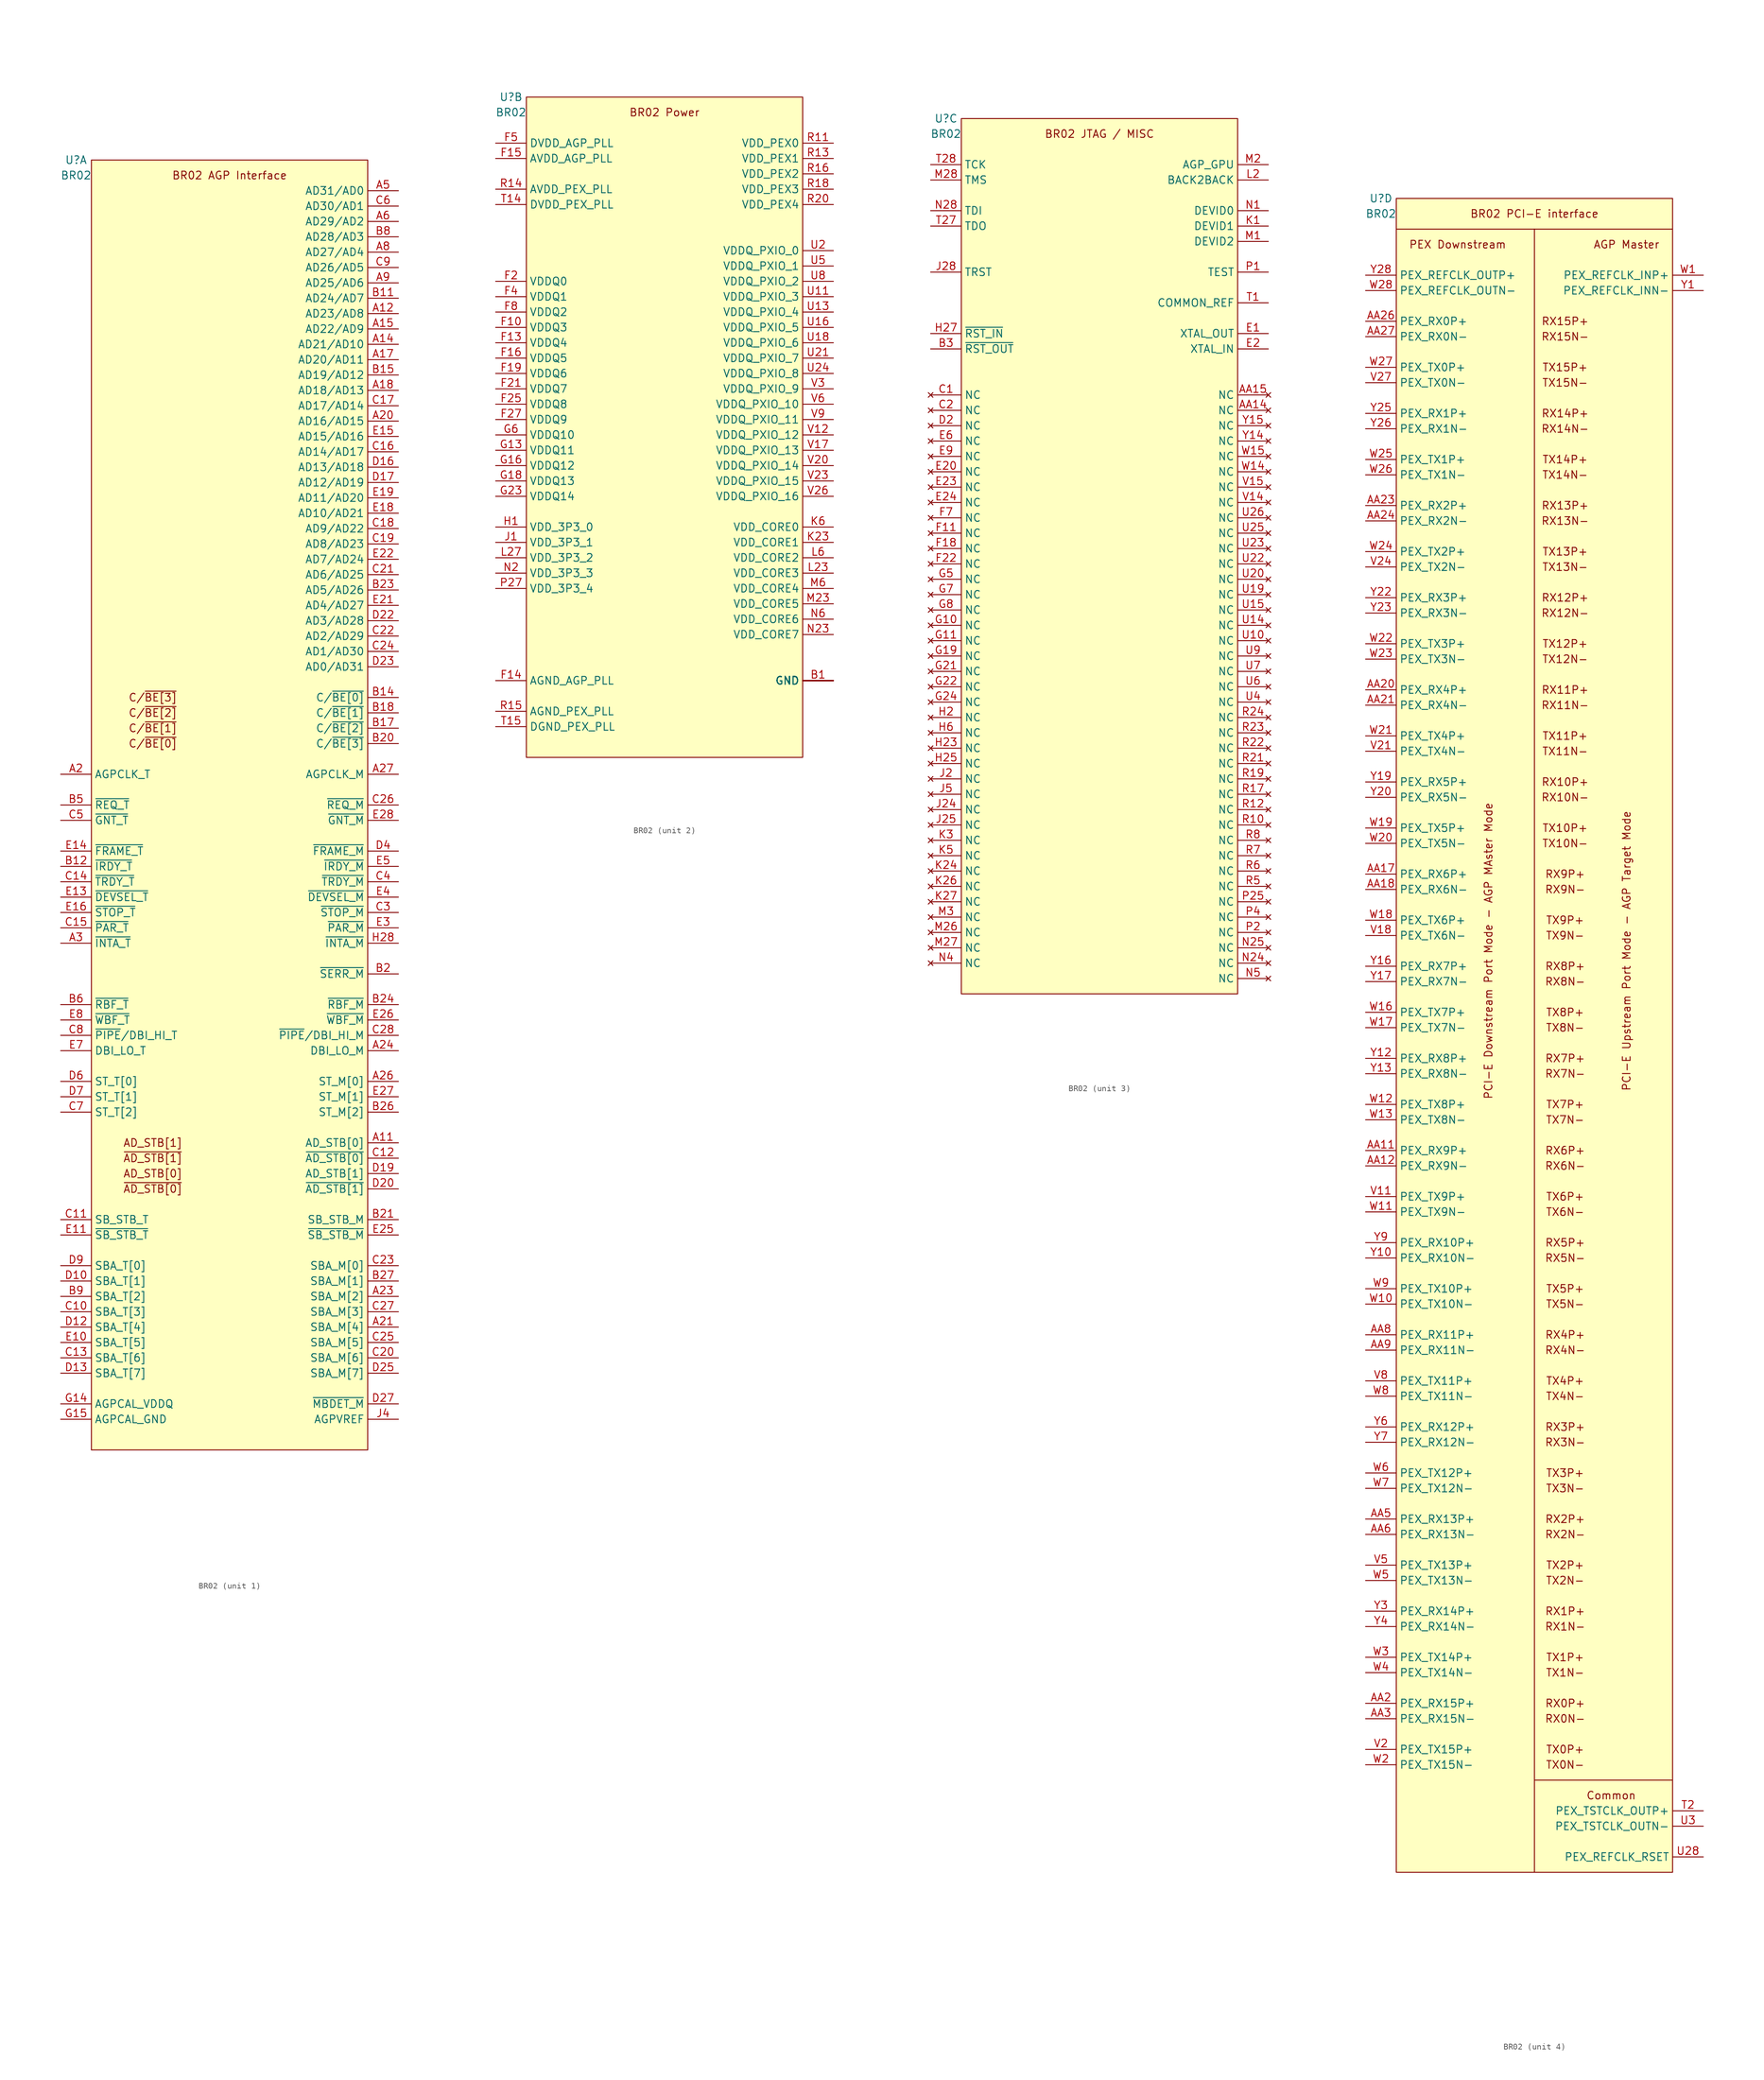
<source format=kicad_sym>
(kicad_symbol_lib
  (version 20211014)
  (generator kicad_symbol_editor)
  (symbol "BR02"
    (property "Reference" "U"
      (at -2.54 0 0)
      (effects (font (size 1.27 1.27))))
    (property "Value" "BR02"
      (at -2.54 -2.54 0)
      (effects (font (size 1.27 1.27))))
    (property "ki_locked" ""
      (at 0 0 0)
      (effects (font (size 1.27 1.27))))
    (symbol "BR02_1_1"
      (rectangle (start 0 0) (end 45.72 -213.36) (stroke (width 0.152) (type default) (color 0 0 0 0)) (fill (type background)))
      (text "AD_STB[0]" (at 10.16 -167.64 0) (effects (font (size 1.27 1.27))))
      (text "AD_STB[1]" (at 10.16 -162.56 0) (effects (font (size 1.27 1.27))))
      (text "BR02 AGP Interface" (at 22.86 -2.54 0) (effects (font (size 1.27 1.27))))
      (text "C/~{BE[0]}" (at 10.16 -96.52 0) (effects (font (size 1.27 1.27))))
      (text "C/~{BE[1]}" (at 10.16 -93.98 0) (effects (font (size 1.27 1.27))))
      (text "C/~{BE[2]}" (at 10.16 -91.44 0) (effects (font (size 1.27 1.27))))
      (text "C/~{BE[3]}" (at 10.16 -88.9 0) (effects (font (size 1.27 1.27))))
      (text "~{AD_STB[0]}" (at 10.16 -170.18 0) (effects (font (size 1.27 1.27))))
      (text "~{AD_STB[1]}" (at 10.16 -165.1 0) (effects (font (size 1.27 1.27))))
      (pin bidirectional line (at 50.8 -162.56 180) (length 5.08) (name "AD_STB[0]" (effects (font (size 1.27 1.27)))) (number "A11" (effects (font (size 1.27 1.27)))))
      (pin bidirectional line (at 50.8 -25.4 180) (length 5.08) (name "AD23/AD8" (effects (font (size 1.27 1.27)))) (number "A12" (effects (font (size 1.27 1.27)))))
      (pin bidirectional line (at 50.8 -30.48 180) (length 5.08) (name "AD21/AD10" (effects (font (size 1.27 1.27)))) (number "A14" (effects (font (size 1.27 1.27)))))
      (pin bidirectional line (at 50.8 -27.94 180) (length 5.08) (name "AD22/AD9" (effects (font (size 1.27 1.27)))) (number "A15" (effects (font (size 1.27 1.27)))))
      (pin bidirectional line (at 50.8 -33.02 180) (length 5.08) (name "AD20/AD11" (effects (font (size 1.27 1.27)))) (number "A17" (effects (font (size 1.27 1.27)))))
      (pin bidirectional line (at 50.8 -38.1 180) (length 5.08) (name "AD18/AD13" (effects (font (size 1.27 1.27)))) (number "A18" (effects (font (size 1.27 1.27)))))
      (pin output line (at -5.08 -101.6 0) (length 5.08) (name "AGPCLK_T" (effects (font (size 1.27 1.27)))) (number "A2" (effects (font (size 1.27 1.27)))))
      (pin bidirectional line (at 50.8 -43.18 180) (length 5.08) (name "AD16/AD15" (effects (font (size 1.27 1.27)))) (number "A20" (effects (font (size 1.27 1.27)))))
      (pin bidirectional line (at 50.8 -193.04 180) (length 5.08) (name "SBA_M[4]" (effects (font (size 1.27 1.27)))) (number "A21" (effects (font (size 1.27 1.27)))))
      (pin bidirectional line (at 50.8 -187.96 180) (length 5.08) (name "SBA_M[2]" (effects (font (size 1.27 1.27)))) (number "A23" (effects (font (size 1.27 1.27)))))
      (pin bidirectional line (at 50.8 -147.32 180) (length 5.08) (name "DBI_LO_M" (effects (font (size 1.27 1.27)))) (number "A24" (effects (font (size 1.27 1.27)))))
      (pin bidirectional line (at 50.8 -152.4 180) (length 5.08) (name "ST_M[0]" (effects (font (size 1.27 1.27)))) (number "A26" (effects (font (size 1.27 1.27)))))
      (pin input line (at 50.8 -101.6 180) (length 5.08) (name "AGPCLK_M" (effects (font (size 1.27 1.27)))) (number "A27" (effects (font (size 1.27 1.27)))))
      (pin bidirectional line (at -5.08 -129.54 0) (length 5.08) (name "~{INTA_T}" (effects (font (size 1.27 1.27)))) (number "A3" (effects (font (size 1.27 1.27)))))
      (pin bidirectional line (at 50.8 -5.08 180) (length 5.08) (name "AD31/AD0" (effects (font (size 1.27 1.27)))) (number "A5" (effects (font (size 1.27 1.27)))))
      (pin bidirectional line (at 50.8 -10.16 180) (length 5.08) (name "AD29/AD2" (effects (font (size 1.27 1.27)))) (number "A6" (effects (font (size 1.27 1.27)))))
      (pin bidirectional line (at 50.8 -15.24 180) (length 5.08) (name "AD27/AD4" (effects (font (size 1.27 1.27)))) (number "A8" (effects (font (size 1.27 1.27)))))
      (pin bidirectional line (at 50.8 -20.32 180) (length 5.08) (name "AD25/AD6" (effects (font (size 1.27 1.27)))) (number "A9" (effects (font (size 1.27 1.27)))))
      (pin bidirectional line (at 50.8 -22.86 180) (length 5.08) (name "AD24/AD7" (effects (font (size 1.27 1.27)))) (number "B11" (effects (font (size 1.27 1.27)))))
      (pin bidirectional line (at -5.08 -116.84 0) (length 5.08) (name "~{IRDY_T}" (effects (font (size 1.27 1.27)))) (number "B12" (effects (font (size 1.27 1.27)))))
      (pin bidirectional line (at 50.8 -88.9 180) (length 5.08) (name "C/~{BE[0]}" (effects (font (size 1.27 1.27)))) (number "B14" (effects (font (size 1.27 1.27)))) (alternate "C/~{BE[3]}" bidirectional line))
      (pin bidirectional line (at 50.8 -35.56 180) (length 5.08) (name "AD19/AD12" (effects (font (size 1.27 1.27)))) (number "B15" (effects (font (size 1.27 1.27)))))
      (pin bidirectional line (at 50.8 -93.98 180) (length 5.08) (name "C/~{BE[2]}" (effects (font (size 1.27 1.27)))) (number "B17" (effects (font (size 1.27 1.27)))))
      (pin bidirectional line (at 50.8 -91.44 180) (length 5.08) (name "C/~{BE[1]}" (effects (font (size 1.27 1.27)))) (number "B18" (effects (font (size 1.27 1.27)))))
      (pin output line (at 50.8 -134.62 180) (length 5.08) (name "~{SERR_M}" (effects (font (size 1.27 1.27)))) (number "B2" (effects (font (size 1.27 1.27)))))
      (pin bidirectional line (at 50.8 -96.52 180) (length 5.08) (name "C/~{BE[3]}" (effects (font (size 1.27 1.27)))) (number "B20" (effects (font (size 1.27 1.27)))))
      (pin bidirectional line (at 50.8 -175.26 180) (length 5.08) (name "SB_STB_M" (effects (font (size 1.27 1.27)))) (number "B21" (effects (font (size 1.27 1.27)))))
      (pin bidirectional line (at 50.8 -71.12 180) (length 5.08) (name "AD5/AD26" (effects (font (size 1.27 1.27)))) (number "B23" (effects (font (size 1.27 1.27)))))
      (pin input line (at 50.8 -139.7 180) (length 5.08) (name "~{RBF_M}" (effects (font (size 1.27 1.27)))) (number "B24" (effects (font (size 1.27 1.27)))))
      (pin bidirectional line (at 50.8 -157.48 180) (length 5.08) (name "ST_M[2]" (effects (font (size 1.27 1.27)))) (number "B26" (effects (font (size 1.27 1.27)))))
      (pin bidirectional line (at 50.8 -185.42 180) (length 5.08) (name "SBA_M[1]" (effects (font (size 1.27 1.27)))) (number "B27" (effects (font (size 1.27 1.27)))))
      (pin output line (at -5.08 -106.68 0) (length 5.08) (name "~{REQ_T}" (effects (font (size 1.27 1.27)))) (number "B5" (effects (font (size 1.27 1.27)))))
      (pin output line (at -5.08 -139.7 0) (length 5.08) (name "~{RBF_T}" (effects (font (size 1.27 1.27)))) (number "B6" (effects (font (size 1.27 1.27)))))
      (pin bidirectional line (at 50.8 -12.7 180) (length 5.08) (name "AD28/AD3" (effects (font (size 1.27 1.27)))) (number "B8" (effects (font (size 1.27 1.27)))))
      (pin bidirectional line (at -5.08 -187.96 0) (length 5.08) (name "SBA_T[2]" (effects (font (size 1.27 1.27)))) (number "B9" (effects (font (size 1.27 1.27)))))
      (pin bidirectional line (at -5.08 -190.5 0) (length 5.08) (name "SBA_T[3]" (effects (font (size 1.27 1.27)))) (number "C10" (effects (font (size 1.27 1.27)))))
      (pin bidirectional line (at -5.08 -175.26 0) (length 5.08) (name "SB_STB_T" (effects (font (size 1.27 1.27)))) (number "C11" (effects (font (size 1.27 1.27)))))
      (pin bidirectional line (at 50.8 -165.1 180) (length 5.08) (name "~{AD_STB[0]}" (effects (font (size 1.27 1.27)))) (number "C12" (effects (font (size 1.27 1.27)))))
      (pin bidirectional line (at -5.08 -198.12 0) (length 5.08) (name "SBA_T[6]" (effects (font (size 1.27 1.27)))) (number "C13" (effects (font (size 1.27 1.27)))))
      (pin bidirectional line (at -5.08 -119.38 0) (length 5.08) (name "~{TRDY_T}" (effects (font (size 1.27 1.27)))) (number "C14" (effects (font (size 1.27 1.27)))))
      (pin bidirectional line (at -5.08 -127 0) (length 5.08) (name "~{PAR_T}" (effects (font (size 1.27 1.27)))) (number "C15" (effects (font (size 1.27 1.27)))))
      (pin bidirectional line (at 50.8 -48.26 180) (length 5.08) (name "AD14/AD17" (effects (font (size 1.27 1.27)))) (number "C16" (effects (font (size 1.27 1.27)))))
      (pin bidirectional line (at 50.8 -40.64 180) (length 5.08) (name "AD17/AD14" (effects (font (size 1.27 1.27)))) (number "C17" (effects (font (size 1.27 1.27)))))
      (pin bidirectional line (at 50.8 -60.96 180) (length 5.08) (name "AD9/AD22" (effects (font (size 1.27 1.27)))) (number "C18" (effects (font (size 1.27 1.27)))))
      (pin bidirectional line (at 50.8 -63.5 180) (length 5.08) (name "AD8/AD23" (effects (font (size 1.27 1.27)))) (number "C19" (effects (font (size 1.27 1.27)))))
      (pin bidirectional line (at 50.8 -198.12 180) (length 5.08) (name "SBA_M[6]" (effects (font (size 1.27 1.27)))) (number "C20" (effects (font (size 1.27 1.27)))))
      (pin bidirectional line (at 50.8 -68.58 180) (length 5.08) (name "AD6/AD25" (effects (font (size 1.27 1.27)))) (number "C21" (effects (font (size 1.27 1.27)))))
      (pin bidirectional line (at 50.8 -78.74 180) (length 5.08) (name "AD2/AD29" (effects (font (size 1.27 1.27)))) (number "C22" (effects (font (size 1.27 1.27)))))
      (pin bidirectional line (at 50.8 -182.88 180) (length 5.08) (name "SBA_M[0]" (effects (font (size 1.27 1.27)))) (number "C23" (effects (font (size 1.27 1.27)))))
      (pin bidirectional line (at 50.8 -81.28 180) (length 5.08) (name "AD1/AD30" (effects (font (size 1.27 1.27)))) (number "C24" (effects (font (size 1.27 1.27)))))
      (pin bidirectional line (at 50.8 -195.58 180) (length 5.08) (name "SBA_M[5]" (effects (font (size 1.27 1.27)))) (number "C25" (effects (font (size 1.27 1.27)))))
      (pin input line (at 50.8 -106.68 180) (length 5.08) (name "~{REQ_M}" (effects (font (size 1.27 1.27)))) (number "C26" (effects (font (size 1.27 1.27)))))
      (pin bidirectional line (at 50.8 -190.5 180) (length 5.08) (name "SBA_M[3]" (effects (font (size 1.27 1.27)))) (number "C27" (effects (font (size 1.27 1.27)))))
      (pin bidirectional line (at 50.8 -144.78 180) (length 5.08) (name "~{PIPE}/DBI_HI_M" (effects (font (size 1.27 1.27)))) (number "C28" (effects (font (size 1.27 1.27)))))
      (pin bidirectional line (at 50.8 -124.46 180) (length 5.08) (name "~{STOP_M}" (effects (font (size 1.27 1.27)))) (number "C3" (effects (font (size 1.27 1.27)))))
      (pin bidirectional line (at 50.8 -119.38 180) (length 5.08) (name "~{TRDY_M}" (effects (font (size 1.27 1.27)))) (number "C4" (effects (font (size 1.27 1.27)))))
      (pin bidirectional line (at -5.08 -109.22 0) (length 5.08) (name "~{GNT_T}" (effects (font (size 1.27 1.27)))) (number "C5" (effects (font (size 1.27 1.27)))))
      (pin bidirectional line (at 50.8 -7.62 180) (length 5.08) (name "AD30/AD1" (effects (font (size 1.27 1.27)))) (number "C6" (effects (font (size 1.27 1.27)))))
      (pin bidirectional line (at -5.08 -157.48 0) (length 5.08) (name "ST_T[2]" (effects (font (size 1.27 1.27)))) (number "C7" (effects (font (size 1.27 1.27)))))
      (pin bidirectional line (at -5.08 -144.78 0) (length 5.08) (name "~{PIPE}/DBI_HI_T" (effects (font (size 1.27 1.27)))) (number "C8" (effects (font (size 1.27 1.27)))))
      (pin bidirectional line (at 50.8 -17.78 180) (length 5.08) (name "AD26/AD5" (effects (font (size 1.27 1.27)))) (number "C9" (effects (font (size 1.27 1.27)))))
      (pin bidirectional line (at -5.08 -185.42 0) (length 5.08) (name "SBA_T[1]" (effects (font (size 1.27 1.27)))) (number "D10" (effects (font (size 1.27 1.27)))))
      (pin bidirectional line (at -5.08 -193.04 0) (length 5.08) (name "SBA_T[4]" (effects (font (size 1.27 1.27)))) (number "D12" (effects (font (size 1.27 1.27)))))
      (pin bidirectional line (at -5.08 -200.66 0) (length 5.08) (name "SBA_T[7]" (effects (font (size 1.27 1.27)))) (number "D13" (effects (font (size 1.27 1.27)))))
      (pin bidirectional line (at 50.8 -50.8 180) (length 5.08) (name "AD13/AD18" (effects (font (size 1.27 1.27)))) (number "D16" (effects (font (size 1.27 1.27)))))
      (pin bidirectional line (at 50.8 -53.34 180) (length 5.08) (name "AD12/AD19" (effects (font (size 1.27 1.27)))) (number "D17" (effects (font (size 1.27 1.27)))))
      (pin bidirectional line (at 50.8 -167.64 180) (length 5.08) (name "AD_STB[1]" (effects (font (size 1.27 1.27)))) (number "D19" (effects (font (size 1.27 1.27)))))
      (pin bidirectional line (at 50.8 -170.18 180) (length 5.08) (name "~{AD_STB[1]}" (effects (font (size 1.27 1.27)))) (number "D20" (effects (font (size 1.27 1.27)))))
      (pin bidirectional line (at 50.8 -76.2 180) (length 5.08) (name "AD3/AD28" (effects (font (size 1.27 1.27)))) (number "D22" (effects (font (size 1.27 1.27)))))
      (pin bidirectional line (at 50.8 -83.82 180) (length 5.08) (name "AD0/AD31" (effects (font (size 1.27 1.27)))) (number "D23" (effects (font (size 1.27 1.27)))))
      (pin bidirectional line (at 50.8 -200.66 180) (length 5.08) (name "SBA_M[7]" (effects (font (size 1.27 1.27)))) (number "D25" (effects (font (size 1.27 1.27)))))
      (pin bidirectional line (at 50.8 -205.74 180) (length 5.08) (name "~{MBDET_M}" (effects (font (size 1.27 1.27)))) (number "D27" (effects (font (size 1.27 1.27)))))
      (pin bidirectional line (at 50.8 -114.3 180) (length 5.08) (name "~{FRAME_M}" (effects (font (size 1.27 1.27)))) (number "D4" (effects (font (size 1.27 1.27)))))
      (pin bidirectional line (at -5.08 -152.4 0) (length 5.08) (name "ST_T[0]" (effects (font (size 1.27 1.27)))) (number "D6" (effects (font (size 1.27 1.27)))))
      (pin bidirectional line (at -5.08 -154.94 0) (length 5.08) (name "ST_T[1]" (effects (font (size 1.27 1.27)))) (number "D7" (effects (font (size 1.27 1.27)))))
      (pin bidirectional line (at -5.08 -182.88 0) (length 5.08) (name "SBA_T[0]" (effects (font (size 1.27 1.27)))) (number "D9" (effects (font (size 1.27 1.27)))))
      (pin bidirectional line (at -5.08 -195.58 0) (length 5.08) (name "SBA_T[5]" (effects (font (size 1.27 1.27)))) (number "E10" (effects (font (size 1.27 1.27)))))
      (pin bidirectional line (at -5.08 -177.8 0) (length 5.08) (name "~{SB_STB_T}" (effects (font (size 1.27 1.27)))) (number "E11" (effects (font (size 1.27 1.27)))))
      (pin bidirectional line (at -5.08 -121.92 0) (length 5.08) (name "~{DEVSEL_T}" (effects (font (size 1.27 1.27)))) (number "E13" (effects (font (size 1.27 1.27)))))
      (pin bidirectional line (at -5.08 -114.3 0) (length 5.08) (name "~{FRAME_T}" (effects (font (size 1.27 1.27)))) (number "E14" (effects (font (size 1.27 1.27)))))
      (pin bidirectional line (at 50.8 -45.72 180) (length 5.08) (name "AD15/AD16" (effects (font (size 1.27 1.27)))) (number "E15" (effects (font (size 1.27 1.27)))))
      (pin bidirectional line (at -5.08 -124.46 0) (length 5.08) (name "~{STOP_T}" (effects (font (size 1.27 1.27)))) (number "E16" (effects (font (size 1.27 1.27)))))
      (pin bidirectional line (at 50.8 -58.42 180) (length 5.08) (name "AD10/AD21" (effects (font (size 1.27 1.27)))) (number "E18" (effects (font (size 1.27 1.27)))))
      (pin bidirectional line (at 50.8 -55.88 180) (length 5.08) (name "AD11/AD20" (effects (font (size 1.27 1.27)))) (number "E19" (effects (font (size 1.27 1.27)))))
      (pin bidirectional line (at 50.8 -73.66 180) (length 5.08) (name "AD4/AD27" (effects (font (size 1.27 1.27)))) (number "E21" (effects (font (size 1.27 1.27)))))
      (pin bidirectional line (at 50.8 -66.04 180) (length 5.08) (name "AD7/AD24" (effects (font (size 1.27 1.27)))) (number "E22" (effects (font (size 1.27 1.27)))))
      (pin bidirectional line (at 50.8 -177.8 180) (length 5.08) (name "~{SB_STB_M}" (effects (font (size 1.27 1.27)))) (number "E25" (effects (font (size 1.27 1.27)))))
      (pin input line (at 50.8 -142.24 180) (length 5.08) (name "~{WBF_M}" (effects (font (size 1.27 1.27)))) (number "E26" (effects (font (size 1.27 1.27)))))
      (pin bidirectional line (at 50.8 -154.94 180) (length 5.08) (name "ST_M[1]" (effects (font (size 1.27 1.27)))) (number "E27" (effects (font (size 1.27 1.27)))))
      (pin bidirectional line (at 50.8 -109.22 180) (length 5.08) (name "~{GNT_M}" (effects (font (size 1.27 1.27)))) (number "E28" (effects (font (size 1.27 1.27)))))
      (pin bidirectional line (at 50.8 -127 180) (length 5.08) (name "~{PAR_M}" (effects (font (size 1.27 1.27)))) (number "E3" (effects (font (size 1.27 1.27)))))
      (pin bidirectional line (at 50.8 -121.92 180) (length 5.08) (name "~{DEVSEL_M}" (effects (font (size 1.27 1.27)))) (number "E4" (effects (font (size 1.27 1.27)))))
      (pin bidirectional line (at 50.8 -116.84 180) (length 5.08) (name "~{IRDY_M}" (effects (font (size 1.27 1.27)))) (number "E5" (effects (font (size 1.27 1.27)))))
      (pin bidirectional line (at -5.08 -147.32 0) (length 5.08) (name "DBI_LO_T" (effects (font (size 1.27 1.27)))) (number "E7" (effects (font (size 1.27 1.27)))))
      (pin output line (at -5.08 -142.24 0) (length 5.08) (name "~{WBF_T}" (effects (font (size 1.27 1.27)))) (number "E8" (effects (font (size 1.27 1.27)))))
      (pin power_in line (at -5.08 -205.74 0) (length 5.08) (name "AGPCAL_VDDQ" (effects (font (size 1.27 1.27)))) (number "G14" (effects (font (size 1.27 1.27)))))
      (pin power_in line (at -5.08 -208.28 0) (length 5.08) (name "AGPCAL_GND" (effects (font (size 1.27 1.27)))) (number "G15" (effects (font (size 1.27 1.27)))))
      (pin bidirectional line (at 50.8 -129.54 180) (length 5.08) (name "~{INTA_M}" (effects (font (size 1.27 1.27)))) (number "H28" (effects (font (size 1.27 1.27)))))
      (pin power_in line (at 50.8 -208.28 180) (length 5.08) (name "AGPVREF" (effects (font (size 1.27 1.27)))) (number "J4" (effects (font (size 1.27 1.27))))))
    (symbol "BR02_2_1"
      (rectangle (start 0 0) (end 45.72 -109.22) (stroke (width 0.152) (type default) (color 0 0 0 0)) (fill (type background)))
      (text "BR02 Power" (at 22.86 -2.54 0) (effects (font (size 1.27 1.27))))
      (pin power_in line (at 50.8 -96.52 180) (length 5.08) (name "GND" (effects (font (size 1.27 1.27)))) (number "B1" (effects (font (size 1.27 1.27)))))
      (pin power_in line (at 50.8 -96.52 180) (length 5.08) (name "GND" (effects (font (size 1.27 1.27)))) (number "B10" (effects (font (size 0 0)))))
      (pin power_in line (at 50.8 -96.52 180) (length 5.08) (name "GND" (effects (font (size 1.27 1.27)))) (number "B13" (effects (font (size 0 0)))))
      (pin power_in line (at 50.8 -96.52 180) (length 5.08) (name "GND" (effects (font (size 1.27 1.27)))) (number "B16" (effects (font (size 0 0)))))
      (pin power_in line (at 50.8 -96.52 180) (length 5.08) (name "GND" (effects (font (size 1.27 1.27)))) (number "B19" (effects (font (size 0 0)))))
      (pin power_in line (at 50.8 -96.52 180) (length 5.08) (name "GND" (effects (font (size 1.27 1.27)))) (number "B22" (effects (font (size 0 0)))))
      (pin power_in line (at 50.8 -96.52 180) (length 5.08) (name "GND" (effects (font (size 1.27 1.27)))) (number "B25" (effects (font (size 0 0)))))
      (pin power_in line (at 50.8 -96.52 180) (length 5.08) (name "GND" (effects (font (size 1.27 1.27)))) (number "B28" (effects (font (size 0 0)))))
      (pin power_in line (at 50.8 -96.52 180) (length 5.08) (name "GND" (effects (font (size 1.27 1.27)))) (number "B4" (effects (font (size 0 0)))))
      (pin power_in line (at 50.8 -96.52 180) (length 5.08) (name "GND" (effects (font (size 1.27 1.27)))) (number "B7" (effects (font (size 0 0)))))
      (pin power_in line (at 50.8 -96.52 180) (length 5.08) (name "GND" (effects (font (size 1.27 1.27)))) (number "D11" (effects (font (size 0 0)))))
      (pin power_in line (at 50.8 -96.52 180) (length 5.08) (name "GND" (effects (font (size 1.27 1.27)))) (number "D14" (effects (font (size 0 0)))))
      (pin power_in line (at 50.8 -96.52 180) (length 5.08) (name "GND" (effects (font (size 1.27 1.27)))) (number "D15" (effects (font (size 0 0)))))
      (pin power_in line (at 50.8 -96.52 180) (length 5.08) (name "GND" (effects (font (size 1.27 1.27)))) (number "D18" (effects (font (size 0 0)))))
      (pin power_in line (at 50.8 -96.52 180) (length 5.08) (name "GND" (effects (font (size 1.27 1.27)))) (number "D21" (effects (font (size 0 0)))))
      (pin power_in line (at 50.8 -96.52 180) (length 5.08) (name "GND" (effects (font (size 1.27 1.27)))) (number "D24" (effects (font (size 0 0)))))
      (pin power_in line (at 50.8 -96.52 180) (length 5.08) (name "GND" (effects (font (size 1.27 1.27)))) (number "D3" (effects (font (size 0 0)))))
      (pin power_in line (at 50.8 -96.52 180) (length 5.08) (name "GND" (effects (font (size 1.27 1.27)))) (number "D5" (effects (font (size 0 0)))))
      (pin power_in line (at 50.8 -96.52 180) (length 5.08) (name "GND" (effects (font (size 1.27 1.27)))) (number "D8" (effects (font (size 0 0)))))
      (pin power_in line (at 50.8 -96.52 180) (length 5.08) (name "GND" (effects (font (size 1.27 1.27)))) (number "F1" (effects (font (size 0 0)))))
      (pin power_in line (at -5.08 -38.1 0) (length 5.08) (name "VDDQ3" (effects (font (size 1.27 1.27)))) (number "F10" (effects (font (size 1.27 1.27)))))
      (pin power_in line (at -5.08 -40.64 0) (length 5.08) (name "VDDQ4" (effects (font (size 1.27 1.27)))) (number "F13" (effects (font (size 1.27 1.27)))))
      (pin power_in line (at -5.08 -96.52 0) (length 5.08) (name "AGND_AGP_PLL" (effects (font (size 1.27 1.27)))) (number "F14" (effects (font (size 1.27 1.27)))))
      (pin power_in line (at -5.08 -10.16 0) (length 5.08) (name "AVDD_AGP_PLL" (effects (font (size 1.27 1.27)))) (number "F15" (effects (font (size 1.27 1.27)))))
      (pin power_in line (at -5.08 -43.18 0) (length 5.08) (name "VDDQ5" (effects (font (size 1.27 1.27)))) (number "F16" (effects (font (size 1.27 1.27)))))
      (pin power_in line (at -5.08 -45.72 0) (length 5.08) (name "VDDQ6" (effects (font (size 1.27 1.27)))) (number "F19" (effects (font (size 1.27 1.27)))))
      (pin power_in line (at -5.08 -30.48 0) (length 5.08) (name "VDDQ0" (effects (font (size 1.27 1.27)))) (number "F2" (effects (font (size 1.27 1.27)))))
      (pin power_in line (at -5.08 -48.26 0) (length 5.08) (name "VDDQ7" (effects (font (size 1.27 1.27)))) (number "F21" (effects (font (size 1.27 1.27)))))
      (pin power_in line (at 50.8 -96.52 180) (length 5.08) (name "GND" (effects (font (size 1.27 1.27)))) (number "F24" (effects (font (size 0 0)))))
      (pin power_in line (at -5.08 -50.8 0) (length 5.08) (name "VDDQ8" (effects (font (size 1.27 1.27)))) (number "F25" (effects (font (size 1.27 1.27)))))
      (pin power_in line (at -5.08 -53.34 0) (length 5.08) (name "VDDQ9" (effects (font (size 1.27 1.27)))) (number "F27" (effects (font (size 1.27 1.27)))))
      (pin power_in line (at 50.8 -96.52 180) (length 5.08) (name "GND" (effects (font (size 1.27 1.27)))) (number "F28" (effects (font (size 0 0)))))
      (pin power_in line (at -5.08 -33.02 0) (length 5.08) (name "VDDQ1" (effects (font (size 1.27 1.27)))) (number "F4" (effects (font (size 1.27 1.27)))))
      (pin power_in line (at -5.08 -7.62 0) (length 5.08) (name "DVDD_AGP_PLL" (effects (font (size 1.27 1.27)))) (number "F5" (effects (font (size 1.27 1.27)))))
      (pin power_in line (at -5.08 -35.56 0) (length 5.08) (name "VDDQ2" (effects (font (size 1.27 1.27)))) (number "F8" (effects (font (size 1.27 1.27)))))
      (pin power_in line (at 50.8 -96.52 180) (length 5.08) (name "GND" (effects (font (size 1.27 1.27)))) (number "G12" (effects (font (size 0 0)))))
      (pin power_in line (at -5.08 -58.42 0) (length 5.08) (name "VDDQ11" (effects (font (size 1.27 1.27)))) (number "G13" (effects (font (size 1.27 1.27)))))
      (pin power_in line (at -5.08 -60.96 0) (length 5.08) (name "VDDQ12" (effects (font (size 1.27 1.27)))) (number "G16" (effects (font (size 1.27 1.27)))))
      (pin power_in line (at 50.8 -96.52 180) (length 5.08) (name "GND" (effects (font (size 1.27 1.27)))) (number "G17" (effects (font (size 0 0)))))
      (pin power_in line (at -5.08 -63.5 0) (length 5.08) (name "VDDQ13" (effects (font (size 1.27 1.27)))) (number "G18" (effects (font (size 1.27 1.27)))))
      (pin power_in line (at 50.8 -96.52 180) (length 5.08) (name "GND" (effects (font (size 1.27 1.27)))) (number "G20" (effects (font (size 0 0)))))
      (pin power_in line (at -5.08 -66.04 0) (length 5.08) (name "VDDQ14" (effects (font (size 1.27 1.27)))) (number "G23" (effects (font (size 1.27 1.27)))))
      (pin power_in line (at -5.08 -55.88 0) (length 5.08) (name "VDDQ10" (effects (font (size 1.27 1.27)))) (number "G6" (effects (font (size 1.27 1.27)))))
      (pin power_in line (at 50.8 -96.52 180) (length 5.08) (name "GND" (effects (font (size 1.27 1.27)))) (number "G9" (effects (font (size 0 0)))))
      (pin power_in line (at -5.08 -71.12 0) (length 5.08) (name "VDD_3P3_0" (effects (font (size 1.27 1.27)))) (number "H1" (effects (font (size 1.27 1.27)))))
      (pin power_in line (at 50.8 -96.52 180) (length 5.08) (name "GND" (effects (font (size 1.27 1.27)))) (number "H4" (effects (font (size 0 0)))))
      (pin power_in line (at -5.08 -73.66 0) (length 5.08) (name "VDD_3P3_1" (effects (font (size 1.27 1.27)))) (number "J1" (effects (font (size 1.27 1.27)))))
      (pin power_in line (at 50.8 -96.52 180) (length 5.08) (name "GND" (effects (font (size 1.27 1.27)))) (number "J10" (effects (font (size 0 0)))))
      (pin power_in line (at 50.8 -96.52 180) (length 5.08) (name "GND" (effects (font (size 1.27 1.27)))) (number "J11" (effects (font (size 0 0)))))
      (pin power_in line (at 50.8 -96.52 180) (length 5.08) (name "GND" (effects (font (size 1.27 1.27)))) (number "J12" (effects (font (size 0 0)))))
      (pin power_in line (at 50.8 -96.52 180) (length 5.08) (name "GND" (effects (font (size 1.27 1.27)))) (number "J13" (effects (font (size 0 0)))))
      (pin power_in line (at 50.8 -96.52 180) (length 5.08) (name "GND" (effects (font (size 1.27 1.27)))) (number "J14" (effects (font (size 0 0)))))
      (pin power_in line (at 50.8 -96.52 180) (length 5.08) (name "GND" (effects (font (size 1.27 1.27)))) (number "J15" (effects (font (size 0 0)))))
      (pin power_in line (at 50.8 -96.52 180) (length 5.08) (name "GND" (effects (font (size 1.27 1.27)))) (number "J16" (effects (font (size 0 0)))))
      (pin power_in line (at 50.8 -96.52 180) (length 5.08) (name "GND" (effects (font (size 1.27 1.27)))) (number "J17" (effects (font (size 0 0)))))
      (pin power_in line (at 50.8 -96.52 180) (length 5.08) (name "GND" (effects (font (size 1.27 1.27)))) (number "J18" (effects (font (size 0 0)))))
      (pin power_in line (at 50.8 -96.52 180) (length 5.08) (name "GND" (effects (font (size 1.27 1.27)))) (number "J19" (effects (font (size 0 0)))))
      (pin power_in line (at 50.8 -96.52 180) (length 5.08) (name "GND" (effects (font (size 1.27 1.27)))) (number "J20" (effects (font (size 0 0)))))
      (pin power_in line (at 50.8 -96.52 180) (length 5.08) (name "GND" (effects (font (size 1.27 1.27)))) (number "J21" (effects (font (size 0 0)))))
      (pin power_in line (at 50.8 -96.52 180) (length 5.08) (name "GND" (effects (font (size 1.27 1.27)))) (number "J23" (effects (font (size 0 0)))))
      (pin power_in line (at 50.8 -96.52 180) (length 5.08) (name "GND" (effects (font (size 1.27 1.27)))) (number "J27" (effects (font (size 0 0)))))
      (pin power_in line (at 50.8 -96.52 180) (length 5.08) (name "GND" (effects (font (size 1.27 1.27)))) (number "J6" (effects (font (size 0 0)))))
      (pin power_in line (at 50.8 -96.52 180) (length 5.08) (name "GND" (effects (font (size 1.27 1.27)))) (number "J8" (effects (font (size 0 0)))))
      (pin power_in line (at 50.8 -96.52 180) (length 5.08) (name "GND" (effects (font (size 1.27 1.27)))) (number "J9" (effects (font (size 0 0)))))
      (pin power_in line (at 50.8 -96.52 180) (length 5.08) (name "GND" (effects (font (size 1.27 1.27)))) (number "K10" (effects (font (size 0 0)))))
      (pin power_in line (at 50.8 -96.52 180) (length 5.08) (name "GND" (effects (font (size 1.27 1.27)))) (number "K11" (effects (font (size 0 0)))))
      (pin power_in line (at 50.8 -96.52 180) (length 5.08) (name "GND" (effects (font (size 1.27 1.27)))) (number "K12" (effects (font (size 0 0)))))
      (pin power_in line (at 50.8 -96.52 180) (length 5.08) (name "GND" (effects (font (size 1.27 1.27)))) (number "K13" (effects (font (size 0 0)))))
      (pin power_in line (at 50.8 -96.52 180) (length 5.08) (name "GND" (effects (font (size 1.27 1.27)))) (number "K14" (effects (font (size 0 0)))))
      (pin power_in line (at 50.8 -96.52 180) (length 5.08) (name "GND" (effects (font (size 1.27 1.27)))) (number "K15" (effects (font (size 0 0)))))
      (pin power_in line (at 50.8 -96.52 180) (length 5.08) (name "GND" (effects (font (size 1.27 1.27)))) (number "K16" (effects (font (size 0 0)))))
      (pin power_in line (at 50.8 -96.52 180) (length 5.08) (name "GND" (effects (font (size 1.27 1.27)))) (number "K17" (effects (font (size 0 0)))))
      (pin power_in line (at 50.8 -96.52 180) (length 5.08) (name "GND" (effects (font (size 1.27 1.27)))) (number "K18" (effects (font (size 0 0)))))
      (pin power_in line (at 50.8 -96.52 180) (length 5.08) (name "GND" (effects (font (size 1.27 1.27)))) (number "K19" (effects (font (size 0 0)))))
      (pin power_in line (at 50.8 -96.52 180) (length 5.08) (name "GND" (effects (font (size 1.27 1.27)))) (number "K2" (effects (font (size 0 0)))))
      (pin power_in line (at 50.8 -96.52 180) (length 5.08) (name "GND" (effects (font (size 1.27 1.27)))) (number "K20" (effects (font (size 0 0)))))
      (pin power_in line (at 50.8 -96.52 180) (length 5.08) (name "GND" (effects (font (size 1.27 1.27)))) (number "K21" (effects (font (size 0 0)))))
      (pin power_in line (at 50.8 -73.66 180) (length 5.08) (name "VDD_CORE1" (effects (font (size 1.27 1.27)))) (number "K23" (effects (font (size 1.27 1.27)))))
      (pin power_in line (at 50.8 -96.52 180) (length 5.08) (name "GND" (effects (font (size 1.27 1.27)))) (number "K28" (effects (font (size 0 0)))))
      (pin power_in line (at 50.8 -71.12 180) (length 5.08) (name "VDD_CORE0" (effects (font (size 1.27 1.27)))) (number "K6" (effects (font (size 1.27 1.27)))))
      (pin power_in line (at 50.8 -96.52 180) (length 5.08) (name "GND" (effects (font (size 1.27 1.27)))) (number "K8" (effects (font (size 0 0)))))
      (pin power_in line (at 50.8 -96.52 180) (length 5.08) (name "GND" (effects (font (size 1.27 1.27)))) (number "K9" (effects (font (size 0 0)))))
      (pin power_in line (at 50.8 -96.52 180) (length 5.08) (name "GND" (effects (font (size 1.27 1.27)))) (number "L10" (effects (font (size 0 0)))))
      (pin power_in line (at 50.8 -96.52 180) (length 5.08) (name "GND" (effects (font (size 1.27 1.27)))) (number "L11" (effects (font (size 0 0)))))
      (pin power_in line (at 50.8 -96.52 180) (length 5.08) (name "GND" (effects (font (size 1.27 1.27)))) (number "L12" (effects (font (size 0 0)))))
      (pin power_in line (at 50.8 -96.52 180) (length 5.08) (name "GND" (effects (font (size 1.27 1.27)))) (number "L13" (effects (font (size 0 0)))))
      (pin power_in line (at 50.8 -96.52 180) (length 5.08) (name "GND" (effects (font (size 1.27 1.27)))) (number "L14" (effects (font (size 0 0)))))
      (pin power_in line (at 50.8 -96.52 180) (length 5.08) (name "GND" (effects (font (size 1.27 1.27)))) (number "L15" (effects (font (size 0 0)))))
      (pin power_in line (at 50.8 -96.52 180) (length 5.08) (name "GND" (effects (font (size 1.27 1.27)))) (number "L16" (effects (font (size 0 0)))))
      (pin power_in line (at 50.8 -96.52 180) (length 5.08) (name "GND" (effects (font (size 1.27 1.27)))) (number "L17" (effects (font (size 0 0)))))
      (pin power_in line (at 50.8 -96.52 180) (length 5.08) (name "GND" (effects (font (size 1.27 1.27)))) (number "L18" (effects (font (size 0 0)))))
      (pin power_in line (at 50.8 -96.52 180) (length 5.08) (name "GND" (effects (font (size 1.27 1.27)))) (number "L19" (effects (font (size 0 0)))))
      (pin power_in line (at 50.8 -96.52 180) (length 5.08) (name "GND" (effects (font (size 1.27 1.27)))) (number "L20" (effects (font (size 0 0)))))
      (pin power_in line (at 50.8 -96.52 180) (length 5.08) (name "GND" (effects (font (size 1.27 1.27)))) (number "L21" (effects (font (size 0 0)))))
      (pin power_in line (at 50.8 -78.74 180) (length 5.08) (name "VDD_CORE3" (effects (font (size 1.27 1.27)))) (number "L23" (effects (font (size 1.27 1.27)))))
      (pin power_in line (at 50.8 -96.52 180) (length 5.08) (name "GND" (effects (font (size 1.27 1.27)))) (number "L24" (effects (font (size 0 0)))))
      (pin power_in line (at -5.08 -76.2 0) (length 5.08) (name "VDD_3P3_2" (effects (font (size 1.27 1.27)))) (number "L27" (effects (font (size 1.27 1.27)))))
      (pin power_in line (at 50.8 -96.52 180) (length 5.08) (name "GND" (effects (font (size 1.27 1.27)))) (number "L5" (effects (font (size 0 0)))))
      (pin power_in line (at 50.8 -76.2 180) (length 5.08) (name "VDD_CORE2" (effects (font (size 1.27 1.27)))) (number "L6" (effects (font (size 1.27 1.27)))))
      (pin power_in line (at 50.8 -96.52 180) (length 5.08) (name "GND" (effects (font (size 1.27 1.27)))) (number "L8" (effects (font (size 0 0)))))
      (pin power_in line (at 50.8 -96.52 180) (length 5.08) (name "GND" (effects (font (size 1.27 1.27)))) (number "L9" (effects (font (size 0 0)))))
      (pin power_in line (at 50.8 -96.52 180) (length 5.08) (name "GND" (effects (font (size 1.27 1.27)))) (number "M10" (effects (font (size 0 0)))))
      (pin power_in line (at 50.8 -96.52 180) (length 5.08) (name "GND" (effects (font (size 1.27 1.27)))) (number "M11" (effects (font (size 0 0)))))
      (pin power_in line (at 50.8 -96.52 180) (length 5.08) (name "GND" (effects (font (size 1.27 1.27)))) (number "M12" (effects (font (size 0 0)))))
      (pin power_in line (at 50.8 -96.52 180) (length 5.08) (name "GND" (effects (font (size 1.27 1.27)))) (number "M13" (effects (font (size 0 0)))))
      (pin power_in line (at 50.8 -96.52 180) (length 5.08) (name "GND" (effects (font (size 1.27 1.27)))) (number "M14" (effects (font (size 0 0)))))
      (pin power_in line (at 50.8 -96.52 180) (length 5.08) (name "GND" (effects (font (size 1.27 1.27)))) (number "M15" (effects (font (size 0 0)))))
      (pin power_in line (at 50.8 -96.52 180) (length 5.08) (name "GND" (effects (font (size 1.27 1.27)))) (number "M16" (effects (font (size 0 0)))))
      (pin power_in line (at 50.8 -96.52 180) (length 5.08) (name "GND" (effects (font (size 1.27 1.27)))) (number "M17" (effects (font (size 0 0)))))
      (pin power_in line (at 50.8 -96.52 180) (length 5.08) (name "GND" (effects (font (size 1.27 1.27)))) (number "M18" (effects (font (size 0 0)))))
      (pin power_in line (at 50.8 -96.52 180) (length 5.08) (name "GND" (effects (font (size 1.27 1.27)))) (number "M19" (effects (font (size 0 0)))))
      (pin power_in line (at 50.8 -96.52 180) (length 5.08) (name "GND" (effects (font (size 1.27 1.27)))) (number "M20" (effects (font (size 0 0)))))
      (pin power_in line (at 50.8 -96.52 180) (length 5.08) (name "GND" (effects (font (size 1.27 1.27)))) (number "M21" (effects (font (size 0 0)))))
      (pin power_in line (at 50.8 -83.82 180) (length 5.08) (name "VDD_CORE5" (effects (font (size 1.27 1.27)))) (number "M23" (effects (font (size 1.27 1.27)))))
      (pin power_in line (at 50.8 -96.52 180) (length 5.08) (name "GND" (effects (font (size 1.27 1.27)))) (number "M24" (effects (font (size 0 0)))))
      (pin power_in line (at 50.8 -96.52 180) (length 5.08) (name "GND" (effects (font (size 1.27 1.27)))) (number "M5" (effects (font (size 0 0)))))
      (pin power_in line (at 50.8 -81.28 180) (length 5.08) (name "VDD_CORE4" (effects (font (size 1.27 1.27)))) (number "M6" (effects (font (size 1.27 1.27)))))
      (pin power_in line (at 50.8 -96.52 180) (length 5.08) (name "GND" (effects (font (size 1.27 1.27)))) (number "M8" (effects (font (size 0 0)))))
      (pin power_in line (at 50.8 -96.52 180) (length 5.08) (name "GND" (effects (font (size 1.27 1.27)))) (number "M9" (effects (font (size 0 0)))))
      (pin power_in line (at 50.8 -96.52 180) (length 5.08) (name "GND" (effects (font (size 1.27 1.27)))) (number "N10" (effects (font (size 0 0)))))
      (pin power_in line (at 50.8 -96.52 180) (length 5.08) (name "GND" (effects (font (size 1.27 1.27)))) (number "N11" (effects (font (size 0 0)))))
      (pin power_in line (at 50.8 -96.52 180) (length 5.08) (name "GND" (effects (font (size 1.27 1.27)))) (number "N12" (effects (font (size 0 0)))))
      (pin power_in line (at 50.8 -96.52 180) (length 5.08) (name "GND" (effects (font (size 1.27 1.27)))) (number "N13" (effects (font (size 0 0)))))
      (pin power_in line (at 50.8 -96.52 180) (length 5.08) (name "GND" (effects (font (size 1.27 1.27)))) (number "N14" (effects (font (size 0 0)))))
      (pin power_in line (at 50.8 -96.52 180) (length 5.08) (name "GND" (effects (font (size 1.27 1.27)))) (number "N15" (effects (font (size 0 0)))))
      (pin power_in line (at 50.8 -96.52 180) (length 5.08) (name "GND" (effects (font (size 1.27 1.27)))) (number "N16" (effects (font (size 0 0)))))
      (pin power_in line (at 50.8 -96.52 180) (length 5.08) (name "GND" (effects (font (size 1.27 1.27)))) (number "N17" (effects (font (size 0 0)))))
      (pin power_in line (at 50.8 -96.52 180) (length 5.08) (name "GND" (effects (font (size 1.27 1.27)))) (number "N18" (effects (font (size 0 0)))))
      (pin power_in line (at 50.8 -96.52 180) (length 5.08) (name "GND" (effects (font (size 1.27 1.27)))) (number "N19" (effects (font (size 0 0)))))
      (pin power_in line (at -5.08 -78.74 0) (length 5.08) (name "VDD_3P3_3" (effects (font (size 1.27 1.27)))) (number "N2" (effects (font (size 1.27 1.27)))))
      (pin power_in line (at 50.8 -96.52 180) (length 5.08) (name "GND" (effects (font (size 1.27 1.27)))) (number "N20" (effects (font (size 0 0)))))
      (pin power_in line (at 50.8 -96.52 180) (length 5.08) (name "GND" (effects (font (size 1.27 1.27)))) (number "N21" (effects (font (size 0 0)))))
      (pin power_in line (at 50.8 -88.9 180) (length 5.08) (name "VDD_CORE7" (effects (font (size 1.27 1.27)))) (number "N23" (effects (font (size 1.27 1.27)))))
      (pin power_in line (at 50.8 -96.52 180) (length 5.08) (name "GND" (effects (font (size 1.27 1.27)))) (number "N27" (effects (font (size 0 0)))))
      (pin power_in line (at 50.8 -86.36 180) (length 5.08) (name "VDD_CORE6" (effects (font (size 1.27 1.27)))) (number "N6" (effects (font (size 1.27 1.27)))))
      (pin power_in line (at 50.8 -96.52 180) (length 5.08) (name "GND" (effects (font (size 1.27 1.27)))) (number "N8" (effects (font (size 0 0)))))
      (pin power_in line (at 50.8 -96.52 180) (length 5.08) (name "GND" (effects (font (size 1.27 1.27)))) (number "N9" (effects (font (size 0 0)))))
      (pin power_in line (at 50.8 -96.52 180) (length 5.08) (name "GND" (effects (font (size 1.27 1.27)))) (number "P23" (effects (font (size 0 0)))))
      (pin power_in line (at -5.08 -81.28 0) (length 5.08) (name "VDD_3P3_4" (effects (font (size 1.27 1.27)))) (number "P27" (effects (font (size 1.27 1.27)))))
      (pin power_in line (at 50.8 -96.52 180) (length 5.08) (name "GND" (effects (font (size 1.27 1.27)))) (number "P28" (effects (font (size 0 0)))))
      (pin power_in line (at 50.8 -96.52 180) (length 5.08) (name "GND" (effects (font (size 1.27 1.27)))) (number "P6" (effects (font (size 0 0)))))
      (pin power_in line (at 50.8 -7.62 180) (length 5.08) (name "VDD_PEX0" (effects (font (size 1.27 1.27)))) (number "R11" (effects (font (size 1.27 1.27)))))
      (pin power_in line (at 50.8 -10.16 180) (length 5.08) (name "VDD_PEX1" (effects (font (size 1.27 1.27)))) (number "R13" (effects (font (size 1.27 1.27)))))
      (pin power_in line (at -5.08 -15.24 0) (length 5.08) (name "AVDD_PEX_PLL" (effects (font (size 1.27 1.27)))) (number "R14" (effects (font (size 1.27 1.27)))))
      (pin power_in line (at -5.08 -101.6 0) (length 5.08) (name "AGND_PEX_PLL" (effects (font (size 1.27 1.27)))) (number "R15" (effects (font (size 1.27 1.27)))))
      (pin power_in line (at 50.8 -12.7 180) (length 5.08) (name "VDD_PEX2" (effects (font (size 1.27 1.27)))) (number "R16" (effects (font (size 1.27 1.27)))))
      (pin power_in line (at 50.8 -15.24 180) (length 5.08) (name "VDD_PEX3" (effects (font (size 1.27 1.27)))) (number "R18" (effects (font (size 1.27 1.27)))))
      (pin power_in line (at 50.8 -17.78 180) (length 5.08) (name "VDD_PEX4" (effects (font (size 1.27 1.27)))) (number "R20" (effects (font (size 1.27 1.27)))))
      (pin power_in line (at 50.8 -96.52 180) (length 5.08) (name "GND" (effects (font (size 1.27 1.27)))) (number "R9" (effects (font (size 0 0)))))
      (pin power_in line (at 50.8 -96.52 180) (length 5.08) (name "GND" (effects (font (size 1.27 1.27)))) (number "T10" (effects (font (size 0 0)))))
      (pin power_in line (at 50.8 -96.52 180) (length 5.08) (name "GND" (effects (font (size 1.27 1.27)))) (number "T11" (effects (font (size 0 0)))))
      (pin power_in line (at 50.8 -96.52 180) (length 5.08) (name "GND" (effects (font (size 1.27 1.27)))) (number "T13" (effects (font (size 0 0)))))
      (pin power_in line (at -5.08 -17.78 0) (length 5.08) (name "DVDD_PEX_PLL" (effects (font (size 1.27 1.27)))) (number "T14" (effects (font (size 1.27 1.27)))))
      (pin power_in line (at -5.08 -104.14 0) (length 5.08) (name "DGND_PEX_PLL" (effects (font (size 1.27 1.27)))) (number "T15" (effects (font (size 1.27 1.27)))))
      (pin power_in line (at 50.8 -96.52 180) (length 5.08) (name "GND" (effects (font (size 1.27 1.27)))) (number "T16" (effects (font (size 0 0)))))
      (pin power_in line (at 50.8 -96.52 180) (length 5.08) (name "GND" (effects (font (size 1.27 1.27)))) (number "T18" (effects (font (size 0 0)))))
      (pin power_in line (at 50.8 -96.52 180) (length 5.08) (name "GND" (effects (font (size 1.27 1.27)))) (number "T19" (effects (font (size 0 0)))))
      (pin power_in line (at 50.8 -96.52 180) (length 5.08) (name "GND" (effects (font (size 1.27 1.27)))) (number "T21" (effects (font (size 0 0)))))
      (pin power_in line (at 50.8 -96.52 180) (length 5.08) (name "GND" (effects (font (size 1.27 1.27)))) (number "T22" (effects (font (size 0 0)))))
      (pin power_in line (at 50.8 -96.52 180) (length 5.08) (name "GND" (effects (font (size 1.27 1.27)))) (number "T24" (effects (font (size 0 0)))))
      (pin power_in line (at 50.8 -96.52 180) (length 5.08) (name "GND" (effects (font (size 1.27 1.27)))) (number "T25" (effects (font (size 0 0)))))
      (pin power_in line (at 50.8 -96.52 180) (length 5.08) (name "GND" (effects (font (size 1.27 1.27)))) (number "T4" (effects (font (size 0 0)))))
      (pin power_in line (at 50.8 -96.52 180) (length 5.08) (name "GND" (effects (font (size 1.27 1.27)))) (number "T5" (effects (font (size 0 0)))))
      (pin power_in line (at 50.8 -96.52 180) (length 5.08) (name "GND" (effects (font (size 1.27 1.27)))) (number "T7" (effects (font (size 0 0)))))
      (pin power_in line (at 50.8 -96.52 180) (length 5.08) (name "GND" (effects (font (size 1.27 1.27)))) (number "T8" (effects (font (size 0 0)))))
      (pin power_in line (at 50.8 -96.52 180) (length 5.08) (name "GND" (effects (font (size 1.27 1.27)))) (number "U1" (effects (font (size 0 0)))))
      (pin power_in line (at 50.8 -33.02 180) (length 5.08) (name "VDDQ_PXIO_3" (effects (font (size 1.27 1.27)))) (number "U11" (effects (font (size 1.27 1.27)))))
      (pin power_in line (at 50.8 -35.56 180) (length 5.08) (name "VDDQ_PXIO_4" (effects (font (size 1.27 1.27)))) (number "U13" (effects (font (size 1.27 1.27)))))
      (pin power_in line (at 50.8 -38.1 180) (length 5.08) (name "VDDQ_PXIO_5" (effects (font (size 1.27 1.27)))) (number "U16" (effects (font (size 1.27 1.27)))))
      (pin power_in line (at 50.8 -40.64 180) (length 5.08) (name "VDDQ_PXIO_6" (effects (font (size 1.27 1.27)))) (number "U18" (effects (font (size 1.27 1.27)))))
      (pin power_in line (at 50.8 -25.4 180) (length 5.08) (name "VDDQ_PXIO_0" (effects (font (size 1.27 1.27)))) (number "U2" (effects (font (size 1.27 1.27)))))
      (pin power_in line (at 50.8 -43.18 180) (length 5.08) (name "VDDQ_PXIO_7" (effects (font (size 1.27 1.27)))) (number "U21" (effects (font (size 1.27 1.27)))))
      (pin power_in line (at 50.8 -45.72 180) (length 5.08) (name "VDDQ_PXIO_8" (effects (font (size 1.27 1.27)))) (number "U24" (effects (font (size 1.27 1.27)))))
      (pin power_in line (at 50.8 -96.52 180) (length 5.08) (name "GND" (effects (font (size 1.27 1.27)))) (number "U27" (effects (font (size 0 0)))))
      (pin power_in line (at 50.8 -27.94 180) (length 5.08) (name "VDDQ_PXIO_1" (effects (font (size 1.27 1.27)))) (number "U5" (effects (font (size 1.27 1.27)))))
      (pin power_in line (at 50.8 -30.48 180) (length 5.08) (name "VDDQ_PXIO_2" (effects (font (size 1.27 1.27)))) (number "U8" (effects (font (size 1.27 1.27)))))
      (pin power_in line (at 50.8 -96.52 180) (length 5.08) (name "GND" (effects (font (size 1.27 1.27)))) (number "V10" (effects (font (size 0 0)))))
      (pin power_in line (at 50.8 -55.88 180) (length 5.08) (name "VDDQ_PXIO_12" (effects (font (size 1.27 1.27)))) (number "V12" (effects (font (size 1.27 1.27)))))
      (pin power_in line (at 50.8 -96.52 180) (length 5.08) (name "GND" (effects (font (size 1.27 1.27)))) (number "V13" (effects (font (size 0 0)))))
      (pin power_in line (at 50.8 -96.52 180) (length 5.08) (name "GND" (effects (font (size 1.27 1.27)))) (number "V16" (effects (font (size 0 0)))))
      (pin power_in line (at 50.8 -58.42 180) (length 5.08) (name "VDDQ_PXIO_13" (effects (font (size 1.27 1.27)))) (number "V17" (effects (font (size 1.27 1.27)))))
      (pin power_in line (at 50.8 -96.52 180) (length 5.08) (name "GND" (effects (font (size 1.27 1.27)))) (number "V19" (effects (font (size 0 0)))))
      (pin power_in line (at 50.8 -60.96 180) (length 5.08) (name "VDDQ_PXIO_14" (effects (font (size 1.27 1.27)))) (number "V20" (effects (font (size 1.27 1.27)))))
      (pin power_in line (at 50.8 -96.52 180) (length 5.08) (name "GND" (effects (font (size 1.27 1.27)))) (number "V22" (effects (font (size 0 0)))))
      (pin power_in line (at 50.8 -63.5 180) (length 5.08) (name "VDDQ_PXIO_15" (effects (font (size 1.27 1.27)))) (number "V23" (effects (font (size 1.27 1.27)))))
      (pin power_in line (at 50.8 -96.52 180) (length 5.08) (name "GND" (effects (font (size 1.27 1.27)))) (number "V25" (effects (font (size 0 0)))))
      (pin power_in line (at 50.8 -66.04 180) (length 5.08) (name "VDDQ_PXIO_16" (effects (font (size 1.27 1.27)))) (number "V26" (effects (font (size 1.27 1.27)))))
      (pin power_in line (at 50.8 -48.26 180) (length 5.08) (name "VDDQ_PXIO_9" (effects (font (size 1.27 1.27)))) (number "V3" (effects (font (size 1.27 1.27)))))
      (pin power_in line (at 50.8 -96.52 180) (length 5.08) (name "GND" (effects (font (size 1.27 1.27)))) (number "V4" (effects (font (size 0 0)))))
      (pin power_in line (at 50.8 -50.8 180) (length 5.08) (name "VDDQ_PXIO_10" (effects (font (size 1.27 1.27)))) (number "V6" (effects (font (size 1.27 1.27)))))
      (pin power_in line (at 50.8 -96.52 180) (length 5.08) (name "GND" (effects (font (size 1.27 1.27)))) (number "V7" (effects (font (size 0 0)))))
      (pin power_in line (at 50.8 -53.34 180) (length 5.08) (name "VDDQ_PXIO_11" (effects (font (size 1.27 1.27)))) (number "V9" (effects (font (size 1.27 1.27)))))
      (pin power_in line (at 50.8 -96.52 180) (length 5.08) (name "GND" (effects (font (size 1.27 1.27)))) (number "Y11" (effects (font (size 0 0)))))
      (pin power_in line (at 50.8 -96.52 180) (length 5.08) (name "GND" (effects (font (size 1.27 1.27)))) (number "Y18" (effects (font (size 0 0)))))
      (pin power_in line (at 50.8 -96.52 180) (length 5.08) (name "GND" (effects (font (size 1.27 1.27)))) (number "Y2" (effects (font (size 0 0)))))
      (pin power_in line (at 50.8 -96.52 180) (length 5.08) (name "GND" (effects (font (size 1.27 1.27)))) (number "Y21" (effects (font (size 0 0)))))
      (pin power_in line (at 50.8 -96.52 180) (length 5.08) (name "GND" (effects (font (size 1.27 1.27)))) (number "Y24" (effects (font (size 0 0)))))
      (pin power_in line (at 50.8 -96.52 180) (length 5.08) (name "GND" (effects (font (size 1.27 1.27)))) (number "Y27" (effects (font (size 0 0)))))
      (pin power_in line (at 50.8 -96.52 180) (length 5.08) (name "GND" (effects (font (size 1.27 1.27)))) (number "Y5" (effects (font (size 0 0)))))
      (pin power_in line (at 50.8 -96.52 180) (length 5.08) (name "GND" (effects (font (size 1.27 1.27)))) (number "Y8" (effects (font (size 0 0))))))
    (symbol "BR02_3_1"
      (rectangle (start 0 0) (end 45.72 -144.78) (stroke (width 0.152) (type default) (color 0 0 0 0)) (fill (type background)))
      (text "BR02 JTAG / MISC" (at 22.86 -2.54 0) (effects (font (size 1.27 1.27))))
      (pin no_connect line (at 50.8 -48.26 180) (length 5.08) (name "NC" (effects (font (size 1.27 1.27)))) (number "AA14" (effects (font (size 1.27 1.27)))))
      (pin no_connect line (at 50.8 -45.72 180) (length 5.08) (name "NC" (effects (font (size 1.27 1.27)))) (number "AA15" (effects (font (size 1.27 1.27)))))
      (pin output line (at -5.08 -38.1 0) (length 5.08) (name "~{RST_OUT}" (effects (font (size 1.27 1.27)))) (number "B3" (effects (font (size 1.27 1.27)))))
      (pin no_connect line (at -5.08 -45.72 0) (length 5.08) (name "NC" (effects (font (size 1.27 1.27)))) (number "C1" (effects (font (size 1.27 1.27)))))
      (pin no_connect line (at -5.08 -48.26 0) (length 5.08) (name "NC" (effects (font (size 1.27 1.27)))) (number "C2" (effects (font (size 1.27 1.27)))))
      (pin no_connect line (at -5.08 -50.8 0) (length 5.08) (name "NC" (effects (font (size 1.27 1.27)))) (number "D2" (effects (font (size 1.27 1.27)))))
      (pin output line (at 50.8 -35.56 180) (length 5.08) (name "XTAL_OUT" (effects (font (size 1.27 1.27)))) (number "E1" (effects (font (size 1.27 1.27)))))
      (pin input line (at 50.8 -38.1 180) (length 5.08) (name "XTAL_IN" (effects (font (size 1.27 1.27)))) (number "E2" (effects (font (size 1.27 1.27)))))
      (pin no_connect line (at -5.08 -58.42 0) (length 5.08) (name "NC" (effects (font (size 1.27 1.27)))) (number "E20" (effects (font (size 1.27 1.27)))))
      (pin no_connect line (at -5.08 -60.96 0) (length 5.08) (name "NC" (effects (font (size 1.27 1.27)))) (number "E23" (effects (font (size 1.27 1.27)))))
      (pin no_connect line (at -5.08 -63.5 0) (length 5.08) (name "NC" (effects (font (size 1.27 1.27)))) (number "E24" (effects (font (size 1.27 1.27)))))
      (pin no_connect line (at -5.08 -53.34 0) (length 5.08) (name "NC" (effects (font (size 1.27 1.27)))) (number "E6" (effects (font (size 1.27 1.27)))))
      (pin no_connect line (at -5.08 -55.88 0) (length 5.08) (name "NC" (effects (font (size 1.27 1.27)))) (number "E9" (effects (font (size 1.27 1.27)))))
      (pin no_connect line (at -5.08 -68.58 0) (length 5.08) (name "NC" (effects (font (size 1.27 1.27)))) (number "F11" (effects (font (size 1.27 1.27)))))
      (pin no_connect line (at -5.08 -71.12 0) (length 5.08) (name "NC" (effects (font (size 1.27 1.27)))) (number "F18" (effects (font (size 1.27 1.27)))))
      (pin no_connect line (at -5.08 -73.66 0) (length 5.08) (name "NC" (effects (font (size 1.27 1.27)))) (number "F22" (effects (font (size 1.27 1.27)))))
      (pin no_connect line (at -5.08 -66.04 0) (length 5.08) (name "NC" (effects (font (size 1.27 1.27)))) (number "F7" (effects (font (size 1.27 1.27)))))
      (pin no_connect line (at -5.08 -83.82 0) (length 5.08) (name "NC" (effects (font (size 1.27 1.27)))) (number "G10" (effects (font (size 1.27 1.27)))))
      (pin no_connect line (at -5.08 -86.36 0) (length 5.08) (name "NC" (effects (font (size 1.27 1.27)))) (number "G11" (effects (font (size 1.27 1.27)))))
      (pin no_connect line (at -5.08 -88.9 0) (length 5.08) (name "NC" (effects (font (size 1.27 1.27)))) (number "G19" (effects (font (size 1.27 1.27)))))
      (pin no_connect line (at -5.08 -91.44 0) (length 5.08) (name "NC" (effects (font (size 1.27 1.27)))) (number "G21" (effects (font (size 1.27 1.27)))))
      (pin no_connect line (at -5.08 -93.98 0) (length 5.08) (name "NC" (effects (font (size 1.27 1.27)))) (number "G22" (effects (font (size 1.27 1.27)))))
      (pin no_connect line (at -5.08 -96.52 0) (length 5.08) (name "NC" (effects (font (size 1.27 1.27)))) (number "G24" (effects (font (size 1.27 1.27)))))
      (pin no_connect line (at -5.08 -76.2 0) (length 5.08) (name "NC" (effects (font (size 1.27 1.27)))) (number "G5" (effects (font (size 1.27 1.27)))))
      (pin no_connect line (at -5.08 -78.74 0) (length 5.08) (name "NC" (effects (font (size 1.27 1.27)))) (number "G7" (effects (font (size 1.27 1.27)))))
      (pin no_connect line (at -5.08 -81.28 0) (length 5.08) (name "NC" (effects (font (size 1.27 1.27)))) (number "G8" (effects (font (size 1.27 1.27)))))
      (pin no_connect line (at -5.08 -99.06 0) (length 5.08) (name "NC" (effects (font (size 1.27 1.27)))) (number "H2" (effects (font (size 1.27 1.27)))))
      (pin no_connect line (at -5.08 -104.14 0) (length 5.08) (name "NC" (effects (font (size 1.27 1.27)))) (number "H23" (effects (font (size 1.27 1.27)))))
      (pin no_connect line (at -5.08 -106.68 0) (length 5.08) (name "NC" (effects (font (size 1.27 1.27)))) (number "H25" (effects (font (size 1.27 1.27)))))
      (pin input line (at -5.08 -35.56 0) (length 5.08) (name "~{RST_IN}" (effects (font (size 1.27 1.27)))) (number "H27" (effects (font (size 1.27 1.27)))))
      (pin no_connect line (at -5.08 -101.6 0) (length 5.08) (name "NC" (effects (font (size 1.27 1.27)))) (number "H6" (effects (font (size 1.27 1.27)))))
      (pin no_connect line (at -5.08 -109.22 0) (length 5.08) (name "NC" (effects (font (size 1.27 1.27)))) (number "J2" (effects (font (size 1.27 1.27)))))
      (pin no_connect line (at -5.08 -114.3 0) (length 5.08) (name "NC" (effects (font (size 1.27 1.27)))) (number "J24" (effects (font (size 1.27 1.27)))))
      (pin no_connect line (at -5.08 -116.84 0) (length 5.08) (name "NC" (effects (font (size 1.27 1.27)))) (number "J25" (effects (font (size 1.27 1.27)))))
      (pin input line (at -5.08 -25.4 0) (length 5.08) (name "TRST" (effects (font (size 1.27 1.27)))) (number "J28" (effects (font (size 1.27 1.27)))))
      (pin no_connect line (at -5.08 -111.76 0) (length 5.08) (name "NC" (effects (font (size 1.27 1.27)))) (number "J5" (effects (font (size 1.27 1.27)))))
      (pin input line (at 50.8 -17.78 180) (length 5.08) (name "DEVID1" (effects (font (size 1.27 1.27)))) (number "K1" (effects (font (size 1.27 1.27)))))
      (pin no_connect line (at -5.08 -124.46 0) (length 5.08) (name "NC" (effects (font (size 1.27 1.27)))) (number "K24" (effects (font (size 1.27 1.27)))))
      (pin no_connect line (at -5.08 -127 0) (length 5.08) (name "NC" (effects (font (size 1.27 1.27)))) (number "K26" (effects (font (size 1.27 1.27)))))
      (pin no_connect line (at -5.08 -129.54 0) (length 5.08) (name "NC" (effects (font (size 1.27 1.27)))) (number "K27" (effects (font (size 1.27 1.27)))))
      (pin no_connect line (at -5.08 -119.38 0) (length 5.08) (name "NC" (effects (font (size 1.27 1.27)))) (number "K3" (effects (font (size 1.27 1.27)))))
      (pin no_connect line (at -5.08 -121.92 0) (length 5.08) (name "NC" (effects (font (size 1.27 1.27)))) (number "K5" (effects (font (size 1.27 1.27)))))
      (pin input line (at 50.8 -10.16 180) (length 5.08) (name "BACK2BACK" (effects (font (size 1.27 1.27)))) (number "L2" (effects (font (size 1.27 1.27)))))
      (pin input line (at 50.8 -20.32 180) (length 5.08) (name "DEVID2" (effects (font (size 1.27 1.27)))) (number "M1" (effects (font (size 1.27 1.27)))))
      (pin input line (at 50.8 -7.62 180) (length 5.08) (name "AGP_GPU" (effects (font (size 1.27 1.27)))) (number "M2" (effects (font (size 1.27 1.27)))))
      (pin no_connect line (at -5.08 -134.62 0) (length 5.08) (name "NC" (effects (font (size 1.27 1.27)))) (number "M26" (effects (font (size 1.27 1.27)))))
      (pin no_connect line (at -5.08 -137.16 0) (length 5.08) (name "NC" (effects (font (size 1.27 1.27)))) (number "M27" (effects (font (size 1.27 1.27)))))
      (pin input line (at -5.08 -10.16 0) (length 5.08) (name "TMS" (effects (font (size 1.27 1.27)))) (number "M28" (effects (font (size 1.27 1.27)))))
      (pin no_connect line (at -5.08 -132.08 0) (length 5.08) (name "NC" (effects (font (size 1.27 1.27)))) (number "M3" (effects (font (size 1.27 1.27)))))
      (pin input line (at 50.8 -15.24 180) (length 5.08) (name "DEVID0" (effects (font (size 1.27 1.27)))) (number "N1" (effects (font (size 1.27 1.27)))))
      (pin no_connect line (at 50.8 -139.7 180) (length 5.08) (name "NC" (effects (font (size 1.27 1.27)))) (number "N24" (effects (font (size 1.27 1.27)))))
      (pin no_connect line (at 50.8 -137.16 180) (length 5.08) (name "NC" (effects (font (size 1.27 1.27)))) (number "N25" (effects (font (size 1.27 1.27)))))
      (pin input line (at -5.08 -15.24 0) (length 5.08) (name "TDI" (effects (font (size 1.27 1.27)))) (number "N28" (effects (font (size 1.27 1.27)))))
      (pin no_connect line (at -5.08 -139.7 0) (length 5.08) (name "NC" (effects (font (size 1.27 1.27)))) (number "N4" (effects (font (size 1.27 1.27)))))
      (pin no_connect line (at 50.8 -142.24 180) (length 5.08) (name "NC" (effects (font (size 1.27 1.27)))) (number "N5" (effects (font (size 1.27 1.27)))))
      (pin input line (at 50.8 -25.4 180) (length 5.08) (name "TEST" (effects (font (size 1.27 1.27)))) (number "P1" (effects (font (size 1.27 1.27)))))
      (pin no_connect line (at 50.8 -134.62 180) (length 5.08) (name "NC" (effects (font (size 1.27 1.27)))) (number "P2" (effects (font (size 1.27 1.27)))))
      (pin no_connect line (at 50.8 -129.54 180) (length 5.08) (name "NC" (effects (font (size 1.27 1.27)))) (number "P25" (effects (font (size 1.27 1.27)))))
      (pin no_connect line (at 50.8 -132.08 180) (length 5.08) (name "NC" (effects (font (size 1.27 1.27)))) (number "P4" (effects (font (size 1.27 1.27)))))
      (pin no_connect line (at 50.8 -116.84 180) (length 5.08) (name "NC" (effects (font (size 1.27 1.27)))) (number "R10" (effects (font (size 1.27 1.27)))))
      (pin no_connect line (at 50.8 -114.3 180) (length 5.08) (name "NC" (effects (font (size 1.27 1.27)))) (number "R12" (effects (font (size 1.27 1.27)))))
      (pin no_connect line (at 50.8 -111.76 180) (length 5.08) (name "NC" (effects (font (size 1.27 1.27)))) (number "R17" (effects (font (size 1.27 1.27)))))
      (pin no_connect line (at 50.8 -109.22 180) (length 5.08) (name "NC" (effects (font (size 1.27 1.27)))) (number "R19" (effects (font (size 1.27 1.27)))))
      (pin no_connect line (at 50.8 -106.68 180) (length 5.08) (name "NC" (effects (font (size 1.27 1.27)))) (number "R21" (effects (font (size 1.27 1.27)))))
      (pin no_connect line (at 50.8 -104.14 180) (length 5.08) (name "NC" (effects (font (size 1.27 1.27)))) (number "R22" (effects (font (size 1.27 1.27)))))
      (pin no_connect line (at 50.8 -101.6 180) (length 5.08) (name "NC" (effects (font (size 1.27 1.27)))) (number "R23" (effects (font (size 1.27 1.27)))))
      (pin no_connect line (at 50.8 -99.06 180) (length 5.08) (name "NC" (effects (font (size 1.27 1.27)))) (number "R24" (effects (font (size 1.27 1.27)))))
      (pin no_connect line (at 50.8 -127 180) (length 5.08) (name "NC" (effects (font (size 1.27 1.27)))) (number "R5" (effects (font (size 1.27 1.27)))))
      (pin no_connect line (at 50.8 -124.46 180) (length 5.08) (name "NC" (effects (font (size 1.27 1.27)))) (number "R6" (effects (font (size 1.27 1.27)))))
      (pin no_connect line (at 50.8 -121.92 180) (length 5.08) (name "NC" (effects (font (size 1.27 1.27)))) (number "R7" (effects (font (size 1.27 1.27)))))
      (pin no_connect line (at 50.8 -119.38 180) (length 5.08) (name "NC" (effects (font (size 1.27 1.27)))) (number "R8" (effects (font (size 1.27 1.27)))))
      (pin input line (at 50.8 -30.48 180) (length 5.08) (name "COMMON_REF" (effects (font (size 1.27 1.27)))) (number "T1" (effects (font (size 1.27 1.27)))))
      (pin output line (at -5.08 -17.78 0) (length 5.08) (name "TDO" (effects (font (size 1.27 1.27)))) (number "T27" (effects (font (size 1.27 1.27)))))
      (pin input line (at -5.08 -7.62 0) (length 5.08) (name "TCK" (effects (font (size 1.27 1.27)))) (number "T28" (effects (font (size 1.27 1.27)))))
      (pin no_connect line (at 50.8 -86.36 180) (length 5.08) (name "NC" (effects (font (size 1.27 1.27)))) (number "U10" (effects (font (size 1.27 1.27)))))
      (pin no_connect line (at 50.8 -83.82 180) (length 5.08) (name "NC" (effects (font (size 1.27 1.27)))) (number "U14" (effects (font (size 1.27 1.27)))))
      (pin no_connect line (at 50.8 -81.28 180) (length 5.08) (name "NC" (effects (font (size 1.27 1.27)))) (number "U15" (effects (font (size 1.27 1.27)))))
      (pin no_connect line (at 50.8 -78.74 180) (length 5.08) (name "NC" (effects (font (size 1.27 1.27)))) (number "U19" (effects (font (size 1.27 1.27)))))
      (pin no_connect line (at 50.8 -76.2 180) (length 5.08) (name "NC" (effects (font (size 1.27 1.27)))) (number "U20" (effects (font (size 1.27 1.27)))))
      (pin no_connect line (at 50.8 -73.66 180) (length 5.08) (name "NC" (effects (font (size 1.27 1.27)))) (number "U22" (effects (font (size 1.27 1.27)))))
      (pin no_connect line (at 50.8 -71.12 180) (length 5.08) (name "NC" (effects (font (size 1.27 1.27)))) (number "U23" (effects (font (size 1.27 1.27)))))
      (pin no_connect line (at 50.8 -68.58 180) (length 5.08) (name "NC" (effects (font (size 1.27 1.27)))) (number "U25" (effects (font (size 1.27 1.27)))))
      (pin no_connect line (at 50.8 -66.04 180) (length 5.08) (name "NC" (effects (font (size 1.27 1.27)))) (number "U26" (effects (font (size 1.27 1.27)))))
      (pin no_connect line (at 50.8 -96.52 180) (length 5.08) (name "NC" (effects (font (size 1.27 1.27)))) (number "U4" (effects (font (size 1.27 1.27)))))
      (pin no_connect line (at 50.8 -93.98 180) (length 5.08) (name "NC" (effects (font (size 1.27 1.27)))) (number "U6" (effects (font (size 1.27 1.27)))))
      (pin no_connect line (at 50.8 -91.44 180) (length 5.08) (name "NC" (effects (font (size 1.27 1.27)))) (number "U7" (effects (font (size 1.27 1.27)))))
      (pin no_connect line (at 50.8 -88.9 180) (length 5.08) (name "NC" (effects (font (size 1.27 1.27)))) (number "U9" (effects (font (size 1.27 1.27)))))
      (pin no_connect line (at 50.8 -63.5 180) (length 5.08) (name "NC" (effects (font (size 1.27 1.27)))) (number "V14" (effects (font (size 1.27 1.27)))))
      (pin no_connect line (at 50.8 -60.96 180) (length 5.08) (name "NC" (effects (font (size 1.27 1.27)))) (number "V15" (effects (font (size 1.27 1.27)))))
      (pin no_connect line (at 50.8 -58.42 180) (length 5.08) (name "NC" (effects (font (size 1.27 1.27)))) (number "W14" (effects (font (size 1.27 1.27)))))
      (pin no_connect line (at 50.8 -55.88 180) (length 5.08) (name "NC" (effects (font (size 1.27 1.27)))) (number "W15" (effects (font (size 1.27 1.27)))))
      (pin no_connect line (at 50.8 -53.34 180) (length 5.08) (name "NC" (effects (font (size 1.27 1.27)))) (number "Y14" (effects (font (size 1.27 1.27)))))
      (pin no_connect line (at 50.8 -50.8 180) (length 5.08) (name "NC" (effects (font (size 1.27 1.27)))) (number "Y15" (effects (font (size 1.27 1.27))))))
    (symbol "BR02_4_0"
      (polyline (pts (xy 0 -5.08) (xy 45.72 -5.08)) (stroke (width 0.152) (type default) (color 0 0 0 0)) (fill (type none)))
      (polyline (pts (xy 22.86 -5.08) (xy 22.86 -276.86)) (stroke (width 0.152) (type default) (color 0 0 0 0)) (fill (type none)))
      (polyline (pts (xy 45.72 -261.62) (xy 22.86 -261.62)) (stroke (width 0.152) (type default) (color 0 0 0 0)) (fill (type none))))
    (symbol "BR02_4_1"
      (rectangle (start 0 0) (end 45.72 -276.86) (stroke (width 0.152) (type default) (color 0 0 0 0)) (fill (type background)))
      (text "AGP Master" (at 38.1 -7.62 0) (effects (font (size 1.27 1.27))))
      (text "BR02 PCI-E interface" (at 22.86 -2.54 0) (effects (font (size 1.27 1.27))))
      (text "Common" (at 35.56 -264.16 0) (effects (font (size 1.27 1.27))))
      (text "PCI-E Downstream Port Mode - AGP MAster Mode" (at 15.24 -124.46 900) (effects (font (size 1.27 1.27))))
      (text "PCI-E Upstream Port Mode - AGP Target Mode" (at 38.1 -124.46 900) (effects (font (size 1.27 1.27))))
      (text "PEX Downstream" (at 10.16 -7.62 0) (effects (font (size 1.27 1.27))))
      (text "RX0N-" (at 27.94 -251.46 0) (effects (font (size 1.27 1.27))))
      (text "RX0P+" (at 27.94 -248.92 0) (effects (font (size 1.27 1.27))))
      (text "RX10N-" (at 27.94 -99.06 0) (effects (font (size 1.27 1.27))))
      (text "RX10P+" (at 27.94 -96.52 0) (effects (font (size 1.27 1.27))))
      (text "RX11N-" (at 27.94 -83.82 0) (effects (font (size 1.27 1.27))))
      (text "RX11P+" (at 27.94 -81.28 0) (effects (font (size 1.27 1.27))))
      (text "RX12N-" (at 27.94 -68.58 0) (effects (font (size 1.27 1.27))))
      (text "RX12P+" (at 27.94 -66.04 0) (effects (font (size 1.27 1.27))))
      (text "RX13N-" (at 27.94 -53.34 0) (effects (font (size 1.27 1.27))))
      (text "RX13P+" (at 27.94 -50.8 0) (effects (font (size 1.27 1.27))))
      (text "RX14N-" (at 27.94 -38.1 0) (effects (font (size 1.27 1.27))))
      (text "RX14P+" (at 27.94 -35.56 0) (effects (font (size 1.27 1.27))))
      (text "RX15N-" (at 27.94 -22.86 0) (effects (font (size 1.27 1.27))))
      (text "RX15P+" (at 27.94 -20.32 0) (effects (font (size 1.27 1.27))))
      (text "RX1N-" (at 27.94 -236.22 0) (effects (font (size 1.27 1.27))))
      (text "RX1P+" (at 27.94 -233.68 0) (effects (font (size 1.27 1.27))))
      (text "RX2N-" (at 27.94 -220.98 0) (effects (font (size 1.27 1.27))))
      (text "RX2P+" (at 27.94 -218.44 0) (effects (font (size 1.27 1.27))))
      (text "RX3N-" (at 27.94 -205.74 0) (effects (font (size 1.27 1.27))))
      (text "RX3P+" (at 27.94 -203.2 0) (effects (font (size 1.27 1.27))))
      (text "RX4N-" (at 27.94 -190.5 0) (effects (font (size 1.27 1.27))))
      (text "RX4P+" (at 27.94 -187.96 0) (effects (font (size 1.27 1.27))))
      (text "RX5N-" (at 27.94 -175.26 0) (effects (font (size 1.27 1.27))))
      (text "RX5P+" (at 27.94 -172.72 0) (effects (font (size 1.27 1.27))))
      (text "RX6N-" (at 27.94 -160.02 0) (effects (font (size 1.27 1.27))))
      (text "RX6P+" (at 27.94 -157.48 0) (effects (font (size 1.27 1.27))))
      (text "RX7N-" (at 27.94 -144.78 0) (effects (font (size 1.27 1.27))))
      (text "RX7P+" (at 27.94 -142.24 0) (effects (font (size 1.27 1.27))))
      (text "RX8N-" (at 27.94 -129.54 0) (effects (font (size 1.27 1.27))))
      (text "RX8P+" (at 27.94 -127 0) (effects (font (size 1.27 1.27))))
      (text "RX9N-" (at 27.94 -114.3 0) (effects (font (size 1.27 1.27))))
      (text "RX9P+" (at 27.94 -111.76 0) (effects (font (size 1.27 1.27))))
      (text "TX0N-" (at 27.94 -259.08 0) (effects (font (size 1.27 1.27))))
      (text "TX0P+" (at 27.94 -256.54 0) (effects (font (size 1.27 1.27))))
      (text "TX10N-" (at 27.94 -106.68 0) (effects (font (size 1.27 1.27))))
      (text "TX10P+" (at 27.94 -104.14 0) (effects (font (size 1.27 1.27))))
      (text "TX11N-" (at 27.94 -91.44 0) (effects (font (size 1.27 1.27))))
      (text "TX11P+" (at 27.94 -88.9 0) (effects (font (size 1.27 1.27))))
      (text "TX12N-" (at 27.94 -76.2 0) (effects (font (size 1.27 1.27))))
      (text "TX12P+" (at 27.94 -73.66 0) (effects (font (size 1.27 1.27))))
      (text "TX13N-" (at 27.94 -60.96 0) (effects (font (size 1.27 1.27))))
      (text "TX13P+" (at 27.94 -58.42 0) (effects (font (size 1.27 1.27))))
      (text "TX14N-" (at 27.94 -45.72 0) (effects (font (size 1.27 1.27))))
      (text "TX14P+" (at 27.94 -43.18 0) (effects (font (size 1.27 1.27))))
      (text "TX15N-" (at 27.94 -30.48 0) (effects (font (size 1.27 1.27))))
      (text "TX15P+" (at 27.94 -27.94 0) (effects (font (size 1.27 1.27))))
      (text "TX1N-" (at 27.94 -243.84 0) (effects (font (size 1.27 1.27))))
      (text "TX1P+" (at 27.94 -241.3 0) (effects (font (size 1.27 1.27))))
      (text "TX2N-" (at 27.94 -228.6 0) (effects (font (size 1.27 1.27))))
      (text "TX2P+" (at 27.94 -226.06 0) (effects (font (size 1.27 1.27))))
      (text "TX3N-" (at 27.94 -213.36 0) (effects (font (size 1.27 1.27))))
      (text "TX3P+" (at 27.94 -210.82 0) (effects (font (size 1.27 1.27))))
      (text "TX4N-" (at 27.94 -198.12 0) (effects (font (size 1.27 1.27))))
      (text "TX4P+" (at 27.94 -195.58 0) (effects (font (size 1.27 1.27))))
      (text "TX5N-" (at 27.94 -182.88 0) (effects (font (size 1.27 1.27))))
      (text "TX5P+" (at 27.94 -180.34 0) (effects (font (size 1.27 1.27))))
      (text "TX6N-" (at 27.94 -167.64 0) (effects (font (size 1.27 1.27))))
      (text "TX6P+" (at 27.94 -165.1 0) (effects (font (size 1.27 1.27))))
      (text "TX7N-" (at 27.94 -152.4 0) (effects (font (size 1.27 1.27))))
      (text "TX7P+" (at 27.94 -149.86 0) (effects (font (size 1.27 1.27))))
      (text "TX8N-" (at 27.94 -137.16 0) (effects (font (size 1.27 1.27))))
      (text "TX8P+" (at 27.94 -134.62 0) (effects (font (size 1.27 1.27))))
      (text "TX9N-" (at 27.94 -121.92 0) (effects (font (size 1.27 1.27))))
      (text "TX9P+" (at 27.94 -119.38 0) (effects (font (size 1.27 1.27))))
      (pin input line (at -5.08 -157.48 0) (length 5.08) (name "PEX_RX9P+" (effects (font (size 1.27 1.27)))) (number "AA11" (effects (font (size 1.27 1.27)))))
      (pin input line (at -5.08 -160.02 0) (length 5.08) (name "PEX_RX9N-" (effects (font (size 1.27 1.27)))) (number "AA12" (effects (font (size 1.27 1.27)))))
      (pin input line (at -5.08 -111.76 0) (length 5.08) (name "PEX_RX6P+" (effects (font (size 1.27 1.27)))) (number "AA17" (effects (font (size 1.27 1.27)))))
      (pin input line (at -5.08 -114.3 0) (length 5.08) (name "PEX_RX6N-" (effects (font (size 1.27 1.27)))) (number "AA18" (effects (font (size 1.27 1.27)))))
      (pin input line (at -5.08 -248.92 0) (length 5.08) (name "PEX_RX15P+" (effects (font (size 1.27 1.27)))) (number "AA2" (effects (font (size 1.27 1.27)))))
      (pin input line (at -5.08 -81.28 0) (length 5.08) (name "PEX_RX4P+" (effects (font (size 1.27 1.27)))) (number "AA20" (effects (font (size 1.27 1.27)))))
      (pin input line (at -5.08 -83.82 0) (length 5.08) (name "PEX_RX4N-" (effects (font (size 1.27 1.27)))) (number "AA21" (effects (font (size 1.27 1.27)))))
      (pin input line (at -5.08 -50.8 0) (length 5.08) (name "PEX_RX2P+" (effects (font (size 1.27 1.27)))) (number "AA23" (effects (font (size 1.27 1.27)))))
      (pin input line (at -5.08 -53.34 0) (length 5.08) (name "PEX_RX2N-" (effects (font (size 1.27 1.27)))) (number "AA24" (effects (font (size 1.27 1.27)))))
      (pin input line (at -5.08 -20.32 0) (length 5.08) (name "PEX_RX0P+" (effects (font (size 1.27 1.27)))) (number "AA26" (effects (font (size 1.27 1.27)))))
      (pin input line (at -5.08 -22.86 0) (length 5.08) (name "PEX_RX0N-" (effects (font (size 1.27 1.27)))) (number "AA27" (effects (font (size 1.27 1.27)))))
      (pin input line (at -5.08 -251.46 0) (length 5.08) (name "PEX_RX15N-" (effects (font (size 1.27 1.27)))) (number "AA3" (effects (font (size 1.27 1.27)))))
      (pin input line (at -5.08 -218.44 0) (length 5.08) (name "PEX_RX13P+" (effects (font (size 1.27 1.27)))) (number "AA5" (effects (font (size 1.27 1.27)))))
      (pin input line (at -5.08 -220.98 0) (length 5.08) (name "PEX_RX13N-" (effects (font (size 1.27 1.27)))) (number "AA6" (effects (font (size 1.27 1.27)))))
      (pin input line (at -5.08 -187.96 0) (length 5.08) (name "PEX_RX11P+" (effects (font (size 1.27 1.27)))) (number "AA8" (effects (font (size 1.27 1.27)))))
      (pin input line (at -5.08 -190.5 0) (length 5.08) (name "PEX_RX11N-" (effects (font (size 1.27 1.27)))) (number "AA9" (effects (font (size 1.27 1.27)))))
      (pin bidirectional line (at 50.8 -266.7 180) (length 5.08) (name "PEX_TSTCLK_OUTP+" (effects (font (size 1.27 1.27)))) (number "T2" (effects (font (size 1.27 1.27)))))
      (pin bidirectional line (at 50.8 -274.32 180) (length 5.08) (name "PEX_REFCLK_RSET" (effects (font (size 1.27 1.27)))) (number "U28" (effects (font (size 1.27 1.27)))))
      (pin bidirectional line (at 50.8 -269.24 180) (length 5.08) (name "PEX_TSTCLK_OUTN-" (effects (font (size 1.27 1.27)))) (number "U3" (effects (font (size 1.27 1.27)))))
      (pin output line (at -5.08 -165.1 0) (length 5.08) (name "PEX_TX9P+" (effects (font (size 1.27 1.27)))) (number "V11" (effects (font (size 1.27 1.27)))))
      (pin output line (at -5.08 -121.92 0) (length 5.08) (name "PEX_TX6N-" (effects (font (size 1.27 1.27)))) (number "V18" (effects (font (size 1.27 1.27)))))
      (pin output line (at -5.08 -256.54 0) (length 5.08) (name "PEX_TX15P+" (effects (font (size 1.27 1.27)))) (number "V2" (effects (font (size 1.27 1.27)))))
      (pin output line (at -5.08 -91.44 0) (length 5.08) (name "PEX_TX4N-" (effects (font (size 1.27 1.27)))) (number "V21" (effects (font (size 1.27 1.27)))))
      (pin output line (at -5.08 -60.96 0) (length 5.08) (name "PEX_TX2N-" (effects (font (size 1.27 1.27)))) (number "V24" (effects (font (size 1.27 1.27)))))
      (pin output line (at -5.08 -30.48 0) (length 5.08) (name "PEX_TX0N-" (effects (font (size 1.27 1.27)))) (number "V27" (effects (font (size 1.27 1.27)))))
      (pin output line (at -5.08 -226.06 0) (length 5.08) (name "PEX_TX13P+" (effects (font (size 1.27 1.27)))) (number "V5" (effects (font (size 1.27 1.27)))))
      (pin output line (at -5.08 -195.58 0) (length 5.08) (name "PEX_TX11P+" (effects (font (size 1.27 1.27)))) (number "V8" (effects (font (size 1.27 1.27)))))
      (pin bidirectional line (at 50.8 -12.7 180) (length 5.08) (name "PEX_REFCLK_INP+" (effects (font (size 1.27 1.27)))) (number "W1" (effects (font (size 1.27 1.27)))))
      (pin output line (at -5.08 -182.88 0) (length 5.08) (name "PEX_TX10N-" (effects (font (size 1.27 1.27)))) (number "W10" (effects (font (size 1.27 1.27)))))
      (pin output line (at -5.08 -167.64 0) (length 5.08) (name "PEX_TX9N-" (effects (font (size 1.27 1.27)))) (number "W11" (effects (font (size 1.27 1.27)))))
      (pin output line (at -5.08 -149.86 0) (length 5.08) (name "PEX_TX8P+" (effects (font (size 1.27 1.27)))) (number "W12" (effects (font (size 1.27 1.27)))))
      (pin output line (at -5.08 -152.4 0) (length 5.08) (name "PEX_TX8N-" (effects (font (size 1.27 1.27)))) (number "W13" (effects (font (size 1.27 1.27)))))
      (pin output line (at -5.08 -134.62 0) (length 5.08) (name "PEX_TX7P+" (effects (font (size 1.27 1.27)))) (number "W16" (effects (font (size 1.27 1.27)))))
      (pin output line (at -5.08 -137.16 0) (length 5.08) (name "PEX_TX7N-" (effects (font (size 1.27 1.27)))) (number "W17" (effects (font (size 1.27 1.27)))))
      (pin output line (at -5.08 -119.38 0) (length 5.08) (name "PEX_TX6P+" (effects (font (size 1.27 1.27)))) (number "W18" (effects (font (size 1.27 1.27)))))
      (pin output line (at -5.08 -104.14 0) (length 5.08) (name "PEX_TX5P+" (effects (font (size 1.27 1.27)))) (number "W19" (effects (font (size 1.27 1.27)))))
      (pin output line (at -5.08 -259.08 0) (length 5.08) (name "PEX_TX15N-" (effects (font (size 1.27 1.27)))) (number "W2" (effects (font (size 1.27 1.27)))))
      (pin output line (at -5.08 -106.68 0) (length 5.08) (name "PEX_TX5N-" (effects (font (size 1.27 1.27)))) (number "W20" (effects (font (size 1.27 1.27)))))
      (pin output line (at -5.08 -88.9 0) (length 5.08) (name "PEX_TX4P+" (effects (font (size 1.27 1.27)))) (number "W21" (effects (font (size 1.27 1.27)))))
      (pin output line (at -5.08 -73.66 0) (length 5.08) (name "PEX_TX3P+" (effects (font (size 1.27 1.27)))) (number "W22" (effects (font (size 1.27 1.27)))))
      (pin output line (at -5.08 -76.2 0) (length 5.08) (name "PEX_TX3N-" (effects (font (size 1.27 1.27)))) (number "W23" (effects (font (size 1.27 1.27)))))
      (pin output line (at -5.08 -58.42 0) (length 5.08) (name "PEX_TX2P+" (effects (font (size 1.27 1.27)))) (number "W24" (effects (font (size 1.27 1.27)))))
      (pin output line (at -5.08 -43.18 0) (length 5.08) (name "PEX_TX1P+" (effects (font (size 1.27 1.27)))) (number "W25" (effects (font (size 1.27 1.27)))))
      (pin output line (at -5.08 -45.72 0) (length 5.08) (name "PEX_TX1N-" (effects (font (size 1.27 1.27)))) (number "W26" (effects (font (size 1.27 1.27)))))
      (pin output line (at -5.08 -27.94 0) (length 5.08) (name "PEX_TX0P+" (effects (font (size 1.27 1.27)))) (number "W27" (effects (font (size 1.27 1.27)))))
      (pin bidirectional line (at -5.08 -15.24 0) (length 5.08) (name "PEX_REFCLK_OUTN-" (effects (font (size 1.27 1.27)))) (number "W28" (effects (font (size 1.27 1.27)))))
      (pin output line (at -5.08 -241.3 0) (length 5.08) (name "PEX_TX14P+" (effects (font (size 1.27 1.27)))) (number "W3" (effects (font (size 1.27 1.27)))))
      (pin output line (at -5.08 -243.84 0) (length 5.08) (name "PEX_TX14N-" (effects (font (size 1.27 1.27)))) (number "W4" (effects (font (size 1.27 1.27)))))
      (pin output line (at -5.08 -228.6 0) (length 5.08) (name "PEX_TX13N-" (effects (font (size 1.27 1.27)))) (number "W5" (effects (font (size 1.27 1.27)))))
      (pin output line (at -5.08 -210.82 0) (length 5.08) (name "PEX_TX12P+" (effects (font (size 1.27 1.27)))) (number "W6" (effects (font (size 1.27 1.27)))))
      (pin output line (at -5.08 -213.36 0) (length 5.08) (name "PEX_TX12N-" (effects (font (size 1.27 1.27)))) (number "W7" (effects (font (size 1.27 1.27)))))
      (pin output line (at -5.08 -198.12 0) (length 5.08) (name "PEX_TX11N-" (effects (font (size 1.27 1.27)))) (number "W8" (effects (font (size 1.27 1.27)))))
      (pin output line (at -5.08 -180.34 0) (length 5.08) (name "PEX_TX10P+" (effects (font (size 1.27 1.27)))) (number "W9" (effects (font (size 1.27 1.27)))))
      (pin bidirectional line (at 50.8 -15.24 180) (length 5.08) (name "PEX_REFCLK_INN-" (effects (font (size 1.27 1.27)))) (number "Y1" (effects (font (size 1.27 1.27)))))
      (pin input line (at -5.08 -175.26 0) (length 5.08) (name "PEX_RX10N-" (effects (font (size 1.27 1.27)))) (number "Y10" (effects (font (size 1.27 1.27)))))
      (pin input line (at -5.08 -142.24 0) (length 5.08) (name "PEX_RX8P+" (effects (font (size 1.27 1.27)))) (number "Y12" (effects (font (size 1.27 1.27)))))
      (pin input line (at -5.08 -144.78 0) (length 5.08) (name "PEX_RX8N-" (effects (font (size 1.27 1.27)))) (number "Y13" (effects (font (size 1.27 1.27)))))
      (pin input line (at -5.08 -127 0) (length 5.08) (name "PEX_RX7P+" (effects (font (size 1.27 1.27)))) (number "Y16" (effects (font (size 1.27 1.27)))))
      (pin input line (at -5.08 -129.54 0) (length 5.08) (name "PEX_RX7N-" (effects (font (size 1.27 1.27)))) (number "Y17" (effects (font (size 1.27 1.27)))))
      (pin input line (at -5.08 -96.52 0) (length 5.08) (name "PEX_RX5P+" (effects (font (size 1.27 1.27)))) (number "Y19" (effects (font (size 1.27 1.27)))))
      (pin input line (at -5.08 -99.06 0) (length 5.08) (name "PEX_RX5N-" (effects (font (size 1.27 1.27)))) (number "Y20" (effects (font (size 1.27 1.27)))))
      (pin input line (at -5.08 -66.04 0) (length 5.08) (name "PEX_RX3P+" (effects (font (size 1.27 1.27)))) (number "Y22" (effects (font (size 1.27 1.27)))))
      (pin input line (at -5.08 -68.58 0) (length 5.08) (name "PEX_RX3N-" (effects (font (size 1.27 1.27)))) (number "Y23" (effects (font (size 1.27 1.27)))))
      (pin input line (at -5.08 -35.56 0) (length 5.08) (name "PEX_RX1P+" (effects (font (size 1.27 1.27)))) (number "Y25" (effects (font (size 1.27 1.27)))))
      (pin input line (at -5.08 -38.1 0) (length 5.08) (name "PEX_RX1N-" (effects (font (size 1.27 1.27)))) (number "Y26" (effects (font (size 1.27 1.27)))))
      (pin bidirectional line (at -5.08 -12.7 0) (length 5.08) (name "PEX_REFCLK_OUTP+" (effects (font (size 1.27 1.27)))) (number "Y28" (effects (font (size 1.27 1.27)))))
      (pin input line (at -5.08 -233.68 0) (length 5.08) (name "PEX_RX14P+" (effects (font (size 1.27 1.27)))) (number "Y3" (effects (font (size 1.27 1.27)))))
      (pin input line (at -5.08 -236.22 0) (length 5.08) (name "PEX_RX14N-" (effects (font (size 1.27 1.27)))) (number "Y4" (effects (font (size 1.27 1.27)))))
      (pin input line (at -5.08 -203.2 0) (length 5.08) (name "PEX_RX12P+" (effects (font (size 1.27 1.27)))) (number "Y6" (effects (font (size 1.27 1.27)))))
      (pin input line (at -5.08 -205.74 0) (length 5.08) (name "PEX_RX12N-" (effects (font (size 1.27 1.27)))) (number "Y7" (effects (font (size 1.27 1.27)))))
      (pin input line (at -5.08 -172.72 0) (length 5.08) (name "PEX_RX10P+" (effects (font (size 1.27 1.27)))) (number "Y9" (effects (font (size 1.27 1.27))))))))
</source>
